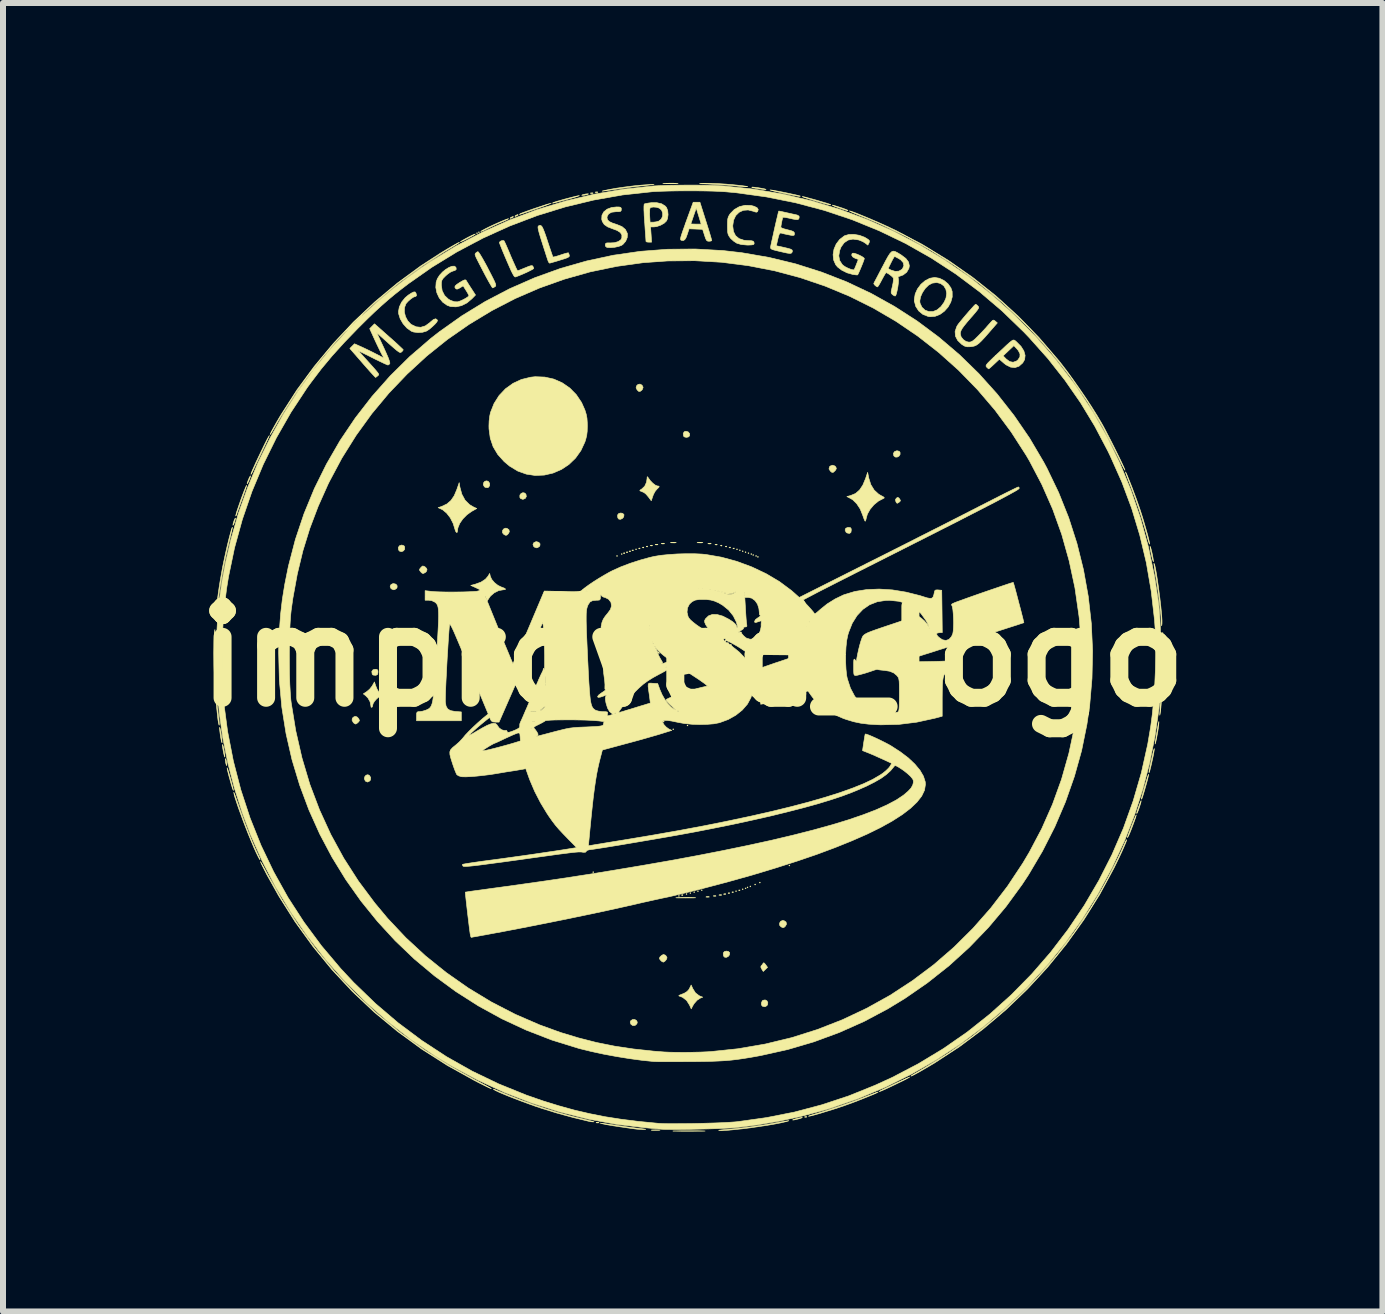
<source format=kicad_pcb>
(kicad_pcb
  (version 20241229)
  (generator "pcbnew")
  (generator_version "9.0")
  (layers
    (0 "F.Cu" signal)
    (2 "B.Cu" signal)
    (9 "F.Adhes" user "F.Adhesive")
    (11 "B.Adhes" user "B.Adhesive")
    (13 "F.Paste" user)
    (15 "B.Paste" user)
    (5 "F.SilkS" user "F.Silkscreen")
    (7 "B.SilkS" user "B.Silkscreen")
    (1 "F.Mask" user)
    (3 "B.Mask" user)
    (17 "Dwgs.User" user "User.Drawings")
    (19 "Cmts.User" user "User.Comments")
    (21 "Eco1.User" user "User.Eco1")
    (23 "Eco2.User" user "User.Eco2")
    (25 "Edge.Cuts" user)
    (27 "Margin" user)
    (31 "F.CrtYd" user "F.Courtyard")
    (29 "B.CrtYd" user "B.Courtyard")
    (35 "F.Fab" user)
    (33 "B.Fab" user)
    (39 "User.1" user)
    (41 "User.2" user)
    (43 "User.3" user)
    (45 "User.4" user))
  (footprint "improved_logo"
    (layer "F.Cu")
    (at 8.498 7.893)
    (property "Reference" "improved_logo" (at 0 0 0) (layer "F.SilkS") (effects (font (size 1.524 1.524) (thickness 0.3))))
    (attr through_hole)
    (fp_poly (pts (xy -3.588 -7.056) (xy -3.596 -7.048) (xy -3.604 -7.056) (xy -3.596 -7.064) (xy -3.588 -7.056)) (stroke (width 0.01) (type solid)) (fill yes) (layer "F.SilkS"))
    (fp_poly (pts (xy -3.556 -7.072) (xy -3.564 -7.064) (xy -3.572 -7.072) (xy -3.564 -7.08) (xy -3.556 -7.072)) (stroke (width 0.01) (type solid)) (fill yes) (layer "F.SilkS"))
    (fp_poly (pts (xy -1.651 3.596) (xy -1.659 3.604) (xy -1.667 3.596) (xy -1.659 3.588) (xy -1.651 3.596)) (stroke (width 0.01) (type solid)) (fill yes) (layer "F.SilkS"))
    (fp_poly (pts (xy -1.254 -1.675) (xy -1.262 -1.667) (xy -1.27 -1.675) (xy -1.262 -1.683) (xy -1.254 -1.675)) (stroke (width 0.01) (type solid)) (fill yes) (layer "F.SilkS"))
    (fp_poly (pts (xy -1.175 -1.707) (xy -1.183 -1.699) (xy -1.191 -1.707) (xy -1.183 -1.714) (xy -1.175 -1.707)) (stroke (width 0.01) (type solid)) (fill yes) (layer "F.SilkS"))
    (fp_poly (pts (xy -0.937 -1.786) (xy -0.945 -1.778) (xy -0.953 -1.786) (xy -0.945 -1.794) (xy -0.937 -1.786)) (stroke (width 0.01) (type solid)) (fill yes) (layer "F.SilkS"))
    (fp_poly (pts (xy -0.476 1.087) (xy -0.484 1.095) (xy -0.492 1.087) (xy -0.484 1.079) (xy -0.476 1.087)) (stroke (width 0.01) (type solid)) (fill yes) (layer "F.SilkS"))
    (fp_poly (pts (xy -0.318 1.214) (xy -0.325 1.222) (xy -0.333 1.214) (xy -0.325 1.206) (xy -0.318 1.214)) (stroke (width 0.01) (type solid)) (fill yes) (layer "F.SilkS"))
    (fp_poly (pts (xy -0.222 3.993) (xy -0.23 4) (xy -0.238 3.993) (xy -0.23 3.985) (xy -0.222 3.993)) (stroke (width 0.01) (type solid)) (fill yes) (layer "F.SilkS"))
    (fp_poly (pts (xy -0.095 3.961) (xy -0.103 3.969) (xy -0.111 3.961) (xy -0.103 3.953) (xy -0.095 3.961)) (stroke (width 0.01) (type solid)) (fill yes) (layer "F.SilkS"))
    (fp_poly (pts (xy -0.079 1.151) (xy -0.087 1.159) (xy -0.095 1.151) (xy -0.087 1.143) (xy -0.079 1.151)) (stroke (width 0.01) (type solid)) (fill yes) (layer "F.SilkS"))
    (fp_poly (pts (xy -0.032 3.945) (xy -0.04 3.953) (xy -0.048 3.945) (xy -0.04 3.937) (xy -0.032 3.945)) (stroke (width 0.01) (type solid)) (fill yes) (layer "F.SilkS"))
    (fp_poly (pts (xy 0.032 3.929) (xy 0.024 3.937) (xy 0.016 3.929) (xy 0.024 3.921) (xy 0.032 3.929)) (stroke (width 0.01) (type solid)) (fill yes) (layer "F.SilkS"))
    (fp_poly (pts (xy 0.095 3.913) (xy 0.087 3.921) (xy 0.079 3.913) (xy 0.087 3.905) (xy 0.095 3.913)) (stroke (width 0.01) (type solid)) (fill yes) (layer "F.SilkS"))
    (fp_poly (pts (xy 0.159 3.897) (xy 0.151 3.905) (xy 0.143 3.897) (xy 0.151 3.889) (xy 0.159 3.897)) (stroke (width 0.01) (type solid)) (fill yes) (layer "F.SilkS"))
    (fp_poly (pts (xy 0.365 -0.373) (xy 0.357 -0.365) (xy 0.349 -0.373) (xy 0.357 -0.381) (xy 0.365 -0.373)) (stroke (width 0.01) (type solid)) (fill yes) (layer "F.SilkS"))
    (fp_poly (pts (xy 0.73 3.913) (xy 0.722 3.921) (xy 0.714 3.913) (xy 0.722 3.905) (xy 0.73 3.913)) (stroke (width 0.01) (type solid)) (fill yes) (layer "F.SilkS"))
    (fp_poly (pts (xy 0.746 -1.786) (xy 0.738 -1.778) (xy 0.73 -1.786) (xy 0.738 -1.794) (xy 0.746 -1.786)) (stroke (width 0.01) (type solid)) (fill yes) (layer "F.SilkS"))
    (fp_poly (pts (xy 0.794 -1.77) (xy 0.786 -1.762) (xy 0.778 -1.77) (xy 0.786 -1.778) (xy 0.794 -1.77)) (stroke (width 0.01) (type solid)) (fill yes) (layer "F.SilkS"))
    (fp_poly (pts (xy 0.841 -1.754) (xy 0.833 -1.746) (xy 0.826 -1.754) (xy 0.833 -1.762) (xy 0.841 -1.754)) (stroke (width 0.01) (type solid)) (fill yes) (layer "F.SilkS"))
    (fp_poly (pts (xy 0.841 3.881) (xy 0.833 3.889) (xy 0.826 3.881) (xy 0.833 3.873) (xy 0.841 3.881)) (stroke (width 0.01) (type solid)) (fill yes) (layer "F.SilkS"))
    (fp_poly (pts (xy 0.889 -1.738) (xy 0.881 -1.73) (xy 0.873 -1.738) (xy 0.881 -1.746) (xy 0.889 -1.738)) (stroke (width 0.01) (type solid)) (fill yes) (layer "F.SilkS"))
    (fp_poly (pts (xy 0.889 3.866) (xy 0.881 3.873) (xy 0.873 3.866) (xy 0.881 3.858) (xy 0.889 3.866)) (stroke (width 0.01) (type solid)) (fill yes) (layer "F.SilkS"))
    (fp_poly (pts (xy 0.921 3.85) (xy 0.913 3.858) (xy 0.905 3.85) (xy 0.913 3.842) (xy 0.921 3.85)) (stroke (width 0.01) (type solid)) (fill yes) (layer "F.SilkS"))
    (fp_poly (pts (xy 0.937 -1.722) (xy 0.929 -1.714) (xy 0.921 -1.722) (xy 0.929 -1.73) (xy 0.937 -1.722)) (stroke (width 0.01) (type solid)) (fill yes) (layer "F.SilkS"))
    (fp_poly (pts (xy 0.968 3.834) (xy 0.96 3.842) (xy 0.953 3.834) (xy 0.96 3.826) (xy 0.968 3.834)) (stroke (width 0.01) (type solid)) (fill yes) (layer "F.SilkS"))
    (fp_poly (pts (xy 0.984 -1.707) (xy 0.976 -1.699) (xy 0.968 -1.707) (xy 0.976 -1.714) (xy 0.984 -1.707)) (stroke (width 0.01) (type solid)) (fill yes) (layer "F.SilkS"))
    (fp_poly (pts (xy 1.016 -1.691) (xy 1.008 -1.683) (xy 1 -1.691) (xy 1.008 -1.699) (xy 1.016 -1.691)) (stroke (width 0.01) (type solid)) (fill yes) (layer "F.SilkS"))
    (fp_poly (pts (xy 1.048 3.802) (xy 1.04 3.81) (xy 1.032 3.802) (xy 1.04 3.794) (xy 1.048 3.802)) (stroke (width 0.01) (type solid)) (fill yes) (layer "F.SilkS"))
    (fp_poly (pts (xy 1.064 -1.675) (xy 1.056 -1.667) (xy 1.048 -1.675) (xy 1.056 -1.683) (xy 1.064 -1.675)) (stroke (width 0.01) (type solid)) (fill yes) (layer "F.SilkS"))
    (fp_poly (pts (xy 1.095 -1.659) (xy 1.087 -1.651) (xy 1.079 -1.659) (xy 1.087 -1.667) (xy 1.095 -1.659)) (stroke (width 0.01) (type solid)) (fill yes) (layer "F.SilkS"))
    (fp_poly (pts (xy 1.127 3.77) (xy 1.119 3.778) (xy 1.111 3.77) (xy 1.119 3.762) (xy 1.127 3.77)) (stroke (width 0.01) (type solid)) (fill yes) (layer "F.SilkS"))
    (fp_poly (pts (xy 1.619 3.485) (xy 1.611 3.493) (xy 1.603 3.485) (xy 1.611 3.477) (xy 1.619 3.485)) (stroke (width 0.01) (type solid)) (fill yes) (layer "F.SilkS"))
    (fp_poly (pts (xy -1.663 -7.726) (xy -1.661 -7.72) (xy -1.683 -7.718) (xy -1.705 -7.72) (xy -1.703 -7.726) (xy -1.67 -7.728) (xy -1.663 -7.726)) (stroke (width 0.01) (type solid)) (fill yes) (layer "F.SilkS"))
    (fp_poly (pts (xy -1.584 -7.742) (xy -1.582 -7.736) (xy -1.603 -7.734) (xy -1.626 -7.736) (xy -1.623 -7.742) (xy -1.591 -7.744) (xy -1.584 -7.742)) (stroke (width 0.01) (type solid)) (fill yes) (layer "F.SilkS"))
    (fp_poly (pts (xy -1.568 7.768) (xy -1.566 7.774) (xy -1.587 7.776) (xy -1.61 7.774) (xy -1.607 7.768) (xy -1.575 7.766) (xy -1.568 7.768)) (stroke (width 0.01) (type solid)) (fill yes) (layer "F.SilkS"))
    (fp_poly (pts (xy -1.132 -1.725) (xy -1.135 -1.716) (xy -1.143 -1.714) (xy -1.156 -1.72) (xy -1.154 -1.725) (xy -1.135 -1.727) (xy -1.132 -1.725)) (stroke (width 0.01) (type solid)) (fill yes) (layer "F.SilkS"))
    (fp_poly (pts (xy -1.085 -1.741) (xy -1.087 -1.732) (xy -1.095 -1.73) (xy -1.108 -1.736) (xy -1.106 -1.741) (xy -1.087 -1.743) (xy -1.085 -1.741)) (stroke (width 0.01) (type solid)) (fill yes) (layer "F.SilkS"))
    (fp_poly (pts (xy -1.037 -1.757) (xy -1.039 -1.747) (xy -1.048 -1.746) (xy -1.061 -1.752) (xy -1.058 -1.757) (xy -1.039 -1.759) (xy -1.037 -1.757)) (stroke (width 0.01) (type solid)) (fill yes) (layer "F.SilkS"))
    (fp_poly (pts (xy -0.99 -1.773) (xy -0.992 -1.763) (xy -1 -1.762) (xy -1.013 -1.768) (xy -1.011 -1.773) (xy -0.992 -1.775) (xy -0.99 -1.773)) (stroke (width 0.01) (type solid)) (fill yes) (layer "F.SilkS"))
    (fp_poly (pts (xy -0.878 -1.804) (xy -0.881 -1.795) (xy -0.889 -1.794) (xy -0.902 -1.8) (xy -0.9 -1.804) (xy -0.881 -1.806) (xy -0.878 -1.804)) (stroke (width 0.01) (type solid)) (fill yes) (layer "F.SilkS"))
    (fp_poly (pts (xy -0.815 -1.82) (xy -0.817 -1.811) (xy -0.826 -1.81) (xy -0.839 -1.816) (xy -0.836 -1.82) (xy -0.817 -1.822) (xy -0.815 -1.82)) (stroke (width 0.01) (type solid)) (fill yes) (layer "F.SilkS"))
    (fp_poly (pts (xy -0.751 -1.836) (xy -0.754 -1.827) (xy -0.762 -1.826) (xy -0.775 -1.831) (xy -0.773 -1.836) (xy -0.754 -1.838) (xy -0.751 -1.836)) (stroke (width 0.01) (type solid)) (fill yes) (layer "F.SilkS"))
    (fp_poly (pts (xy -0.671 -1.851) (xy -0.676 -1.844) (xy -0.692 -1.843) (xy -0.709 -1.847) (xy -0.701 -1.852) (xy -0.677 -1.854) (xy -0.671 -1.851)) (stroke (width 0.01) (type solid)) (fill yes) (layer "F.SilkS"))
    (fp_poly (pts (xy -0.583 -1.868) (xy -0.581 -1.862) (xy -0.603 -1.86) (xy -0.626 -1.862) (xy -0.623 -1.868) (xy -0.591 -1.87) (xy -0.583 -1.868)) (stroke (width 0.01) (type solid)) (fill yes) (layer "F.SilkS"))
    (fp_poly (pts (xy -0.164 3.974) (xy -0.166 3.983) (xy -0.175 3.985) (xy -0.188 3.979) (xy -0.185 3.974) (xy -0.166 3.972) (xy -0.164 3.974)) (stroke (width 0.01) (type solid)) (fill yes) (layer "F.SilkS"))
    (fp_poly (pts (xy 0.385 3.99) (xy 0.387 3.996) (xy 0.365 3.998) (xy 0.343 3.995) (xy 0.345 3.99) (xy 0.378 3.988) (xy 0.385 3.99)) (stroke (width 0.01) (type solid)) (fill yes) (layer "F.SilkS"))
    (fp_poly (pts (xy 0.408 -1.867) (xy 0.404 -1.86) (xy 0.388 -1.859) (xy 0.371 -1.863) (xy 0.378 -1.868) (xy 0.403 -1.87) (xy 0.408 -1.867)) (stroke (width 0.01) (type solid)) (fill yes) (layer "F.SilkS"))
    (fp_poly (pts (xy 0.48 3.974) (xy 0.482 3.98) (xy 0.46 3.982) (xy 0.438 3.98) (xy 0.441 3.974) (xy 0.473 3.972) (xy 0.48 3.974)) (stroke (width 0.01) (type solid)) (fill yes) (layer "F.SilkS"))
    (fp_poly (pts (xy 0.487 -1.852) (xy 0.485 -1.843) (xy 0.476 -1.841) (xy 0.463 -1.847) (xy 0.466 -1.852) (xy 0.485 -1.854) (xy 0.487 -1.852)) (stroke (width 0.01) (type solid)) (fill yes) (layer "F.SilkS"))
    (fp_poly (pts (xy 0.551 3.959) (xy 0.547 3.966) (xy 0.53 3.967) (xy 0.514 3.964) (xy 0.521 3.958) (xy 0.546 3.956) (xy 0.551 3.959)) (stroke (width 0.01) (type solid)) (fill yes) (layer "F.SilkS"))
    (fp_poly (pts (xy 0.566 -1.836) (xy 0.564 -1.827) (xy 0.556 -1.826) (xy 0.543 -1.831) (xy 0.545 -1.836) (xy 0.564 -1.838) (xy 0.566 -1.836)) (stroke (width 0.01) (type solid)) (fill yes) (layer "F.SilkS"))
    (fp_poly (pts (xy 0.614 3.942) (xy 0.612 3.952) (xy 0.603 3.953) (xy 0.59 3.947) (xy 0.593 3.942) (xy 0.612 3.94) (xy 0.614 3.942)) (stroke (width 0.01) (type solid)) (fill yes) (layer "F.SilkS"))
    (fp_poly (pts (xy 0.63 -1.82) (xy 0.628 -1.811) (xy 0.619 -1.81) (xy 0.606 -1.816) (xy 0.609 -1.82) (xy 0.627 -1.822) (xy 0.63 -1.82)) (stroke (width 0.01) (type solid)) (fill yes) (layer "F.SilkS"))
    (fp_poly (pts (xy 0.677 3.926) (xy 0.675 3.936) (xy 0.667 3.937) (xy 0.654 3.931) (xy 0.656 3.926) (xy 0.675 3.925) (xy 0.677 3.926)) (stroke (width 0.01) (type solid)) (fill yes) (layer "F.SilkS"))
    (fp_poly (pts (xy 0.693 -1.804) (xy 0.691 -1.795) (xy 0.683 -1.794) (xy 0.67 -1.8) (xy 0.672 -1.804) (xy 0.691 -1.806) (xy 0.693 -1.804)) (stroke (width 0.01) (type solid)) (fill yes) (layer "F.SilkS"))
    (fp_poly (pts (xy 0.788 3.895) (xy 0.786 3.904) (xy 0.778 3.905) (xy 0.765 3.899) (xy 0.767 3.895) (xy 0.786 3.893) (xy 0.788 3.895)) (stroke (width 0.01) (type solid)) (fill yes) (layer "F.SilkS"))
    (fp_poly (pts (xy 1.901 7.674) (xy 1.896 7.681) (xy 1.88 7.682) (xy 1.863 7.678) (xy 1.87 7.673) (xy 1.895 7.671) (xy 1.901 7.674)) (stroke (width 0.01) (type solid)) (fill yes) (layer "F.SilkS"))
    (fp_poly (pts (xy -0.574 -0.073) (xy -0.557 -0.058) (xy -0.556 -0.055) (xy -0.563 -0.048) (xy -0.579 -0.063) (xy -0.581 -0.066) (xy -0.583 -0.077) (xy -0.574 -0.073)) (stroke (width 0.01) (type solid)) (fill yes) (layer "F.SilkS"))
    (fp_poly (pts (xy -2.99 -7.327) (xy -3 -7.318) (xy -3.029 -7.305) (xy -3.04 -7.303) (xy -3.043 -7.31) (xy -3.032 -7.318) (xy -3.003 -7.332) (xy -2.992 -7.334) (xy -2.99 -7.327)) (stroke (width 0.01) (type solid)) (fill yes) (layer "F.SilkS"))
    (fp_poly (pts (xy -2.91 -7.359) (xy -2.921 -7.35) (xy -2.95 -7.337) (xy -2.961 -7.335) (xy -2.964 -7.341) (xy -2.953 -7.35) (xy -2.924 -7.364) (xy -2.913 -7.366) (xy -2.91 -7.359)) (stroke (width 0.01) (type solid)) (fill yes) (layer "F.SilkS"))
    (fp_poly (pts (xy -0.472 -1.884) (xy -0.471 -1.878) (xy -0.496 -1.876) (xy -0.5 -1.876) (xy -0.525 -1.879) (xy -0.522 -1.883) (xy -0.52 -1.884) (xy -0.485 -1.887) (xy -0.472 -1.884)) (stroke (width 0.01) (type solid)) (fill yes) (layer "F.SilkS"))
    (fp_poly (pts (xy -0.282 -1.9) (xy -0.275 -1.897) (xy -0.296 -1.894) (xy -0.325 -1.894) (xy -0.361 -1.895) (xy -0.372 -1.898) (xy -0.361 -1.901) (xy -0.314 -1.903) (xy -0.282 -1.9)) (stroke (width 0.01) (type solid)) (fill yes) (layer "F.SilkS"))
    (fp_poly (pts (xy 0.163 -1.9) (xy 0.169 -1.897) (xy 0.149 -1.894) (xy 0.119 -1.894) (xy 0.083 -1.895) (xy 0.073 -1.898) (xy 0.084 -1.901) (xy 0.131 -1.903) (xy 0.163 -1.9)) (stroke (width 0.01) (type solid)) (fill yes) (layer "F.SilkS"))
    (fp_poly (pts (xy 0.274 4.006) (xy 0.275 4.011) (xy 0.25 4.013) (xy 0.246 4.013) (xy 0.221 4.011) (xy 0.224 4.006) (xy 0.227 4.005) (xy 0.261 4.003) (xy 0.274 4.006)) (stroke (width 0.01) (type solid)) (fill yes) (layer "F.SilkS"))
    (fp_poly (pts (xy 0.306 -1.884) (xy 0.306 -1.878) (xy 0.282 -1.876) (xy 0.278 -1.876) (xy 0.253 -1.879) (xy 0.256 -1.883) (xy 0.258 -1.884) (xy 0.293 -1.887) (xy 0.306 -1.884)) (stroke (width 0.01) (type solid)) (fill yes) (layer "F.SilkS"))
    (fp_poly (pts (xy -7.942 -0.703) (xy -7.942 -0.702) (xy -7.939 -0.65) (xy -7.942 -0.607) (xy -7.945 -0.598) (xy -7.948 -0.617) (xy -7.948 -0.659) (xy -7.948 -0.7) (xy -7.945 -0.715) (xy -7.942 -0.703)) (stroke (width 0.01) (type solid)) (fill yes) (layer "F.SilkS"))
    (fp_poly (pts (xy -1.737 -7.71) (xy -1.749 -7.704) (xy -1.762 -7.699) (xy -1.806 -7.689) (xy -1.834 -7.687) (xy -1.851 -7.688) (xy -1.839 -7.695) (xy -1.826 -7.699) (xy -1.782 -7.709) (xy -1.754 -7.712) (xy -1.737 -7.71)) (stroke (width 0.01) (type solid)) (fill yes) (layer "F.SilkS"))
    (fp_poly (pts (xy -0.56 7.894) (xy -0.546 7.897) (xy -0.56 7.899) (xy -0.6 7.9) (xy -0.619 7.9) (xy -0.667 7.9) (xy -0.691 7.898) (xy -0.687 7.895) (xy -0.679 7.894) (xy -0.619 7.892) (xy -0.56 7.894)) (stroke (width 0.01) (type solid)) (fill yes) (layer "F.SilkS"))
    (fp_poly (pts (xy -0.074 -3.742) (xy -0.051 -3.712) (xy -0.053 -3.677) (xy -0.074 -3.658) (xy -0.108 -3.652) (xy -0.14 -3.66) (xy -0.153 -3.674) (xy -0.158 -3.717) (xy -0.141 -3.746) (xy -0.113 -3.754) (xy -0.074 -3.742)) (stroke (width 0.01) (type solid)) (fill yes) (layer "F.SilkS"))
    (fp_poly (pts (xy -5.391 1.983) (xy -5.368 2.019) (xy -5.372 2.059) (xy -5.385 2.076) (xy -5.419 2.094) (xy -5.452 2.081) (xy -5.46 2.072) (xy -5.474 2.038) (xy -5.467 2.005) (xy -5.446 1.98) (xy -5.416 1.972) (xy -5.391 1.983)) (stroke (width 0.01) (type solid)) (fill yes) (layer "F.SilkS"))
    (fp_poly (pts (xy -5.261 0.218) (xy -5.248 0.237) (xy -5.247 0.262) (xy -5.252 0.297) (xy -5.272 0.311) (xy -5.29 0.315) (xy -5.329 0.31) (xy -5.343 0.296) (xy -5.35 0.251) (xy -5.33 0.223) (xy -5.294 0.214) (xy -5.261 0.218)) (stroke (width 0.01) (type solid)) (fill yes) (layer "F.SilkS"))
    (fp_poly (pts (xy -4.814 -1.845) (xy -4.802 -1.825) (xy -4.802 -1.787) (xy -4.822 -1.76) (xy -4.853 -1.747) (xy -4.885 -1.754) (xy -4.903 -1.774) (xy -4.909 -1.813) (xy -4.89 -1.844) (xy -4.852 -1.857) (xy -4.85 -1.857) (xy -4.814 -1.845)) (stroke (width 0.01) (type solid)) (fill yes) (layer "F.SilkS"))
    (fp_poly (pts (xy -3.406 -2.916) (xy -3.386 -2.886) (xy -3.385 -2.85) (xy -3.402 -2.822) (xy -3.421 -2.813) (xy -3.457 -2.818) (xy -3.473 -2.828) (xy -3.491 -2.862) (xy -3.486 -2.895) (xy -3.465 -2.92) (xy -3.433 -2.927) (xy -3.406 -2.916)) (stroke (width 0.01) (type solid)) (fill yes) (layer "F.SilkS"))
    (fp_poly (pts (xy -3.098 -2.136) (xy -3.064 -2.112) (xy -3.057 -2.078) (xy -3.074 -2.046) (xy -3.099 -2.022) (xy -3.121 -2.02) (xy -3.147 -2.033) (xy -3.171 -2.061) (xy -3.172 -2.094) (xy -3.155 -2.123) (xy -3.124 -2.138) (xy -3.098 -2.136)) (stroke (width 0.01) (type solid)) (fill yes) (layer "F.SilkS"))
    (fp_poly (pts (xy -2.799 -2.723) (xy -2.78 -2.703) (xy -2.774 -2.665) (xy -2.792 -2.634) (xy -2.829 -2.619) (xy -2.833 -2.619) (xy -2.869 -2.632) (xy -2.882 -2.652) (xy -2.881 -2.69) (xy -2.861 -2.717) (xy -2.83 -2.73) (xy -2.799 -2.723)) (stroke (width 0.01) (type solid)) (fill yes) (layer "F.SilkS"))
    (fp_poly (pts (xy -0.966 6.053) (xy -0.938 6.069) (xy -0.924 6.096) (xy -0.931 6.125) (xy -0.962 6.152) (xy -0.999 6.154) (xy -1.029 6.133) (xy -1.032 6.128) (xy -1.042 6.094) (xy -1.031 6.071) (xy -1 6.052) (xy -0.966 6.053)) (stroke (width 0.01) (type solid)) (fill yes) (layer "F.SilkS"))
    (fp_poly (pts (xy 1.195 5.113) (xy 1.216 5.139) (xy 1.247 5.183) (xy 1.212 5.217) (xy 1.176 5.252) (xy 1.15 5.211) (xy 1.135 5.179) (xy 1.139 5.161) (xy 1.158 5.14) (xy 1.169 5.123) (xy 1.181 5.107) (xy 1.195 5.113)) (stroke (width 0.01) (type solid)) (fill yes) (layer "F.SilkS"))
    (fp_poly (pts (xy 1.522 4.405) (xy 1.556 4.428) (xy 1.563 4.463) (xy 1.546 4.495) (xy 1.52 4.519) (xy 1.498 4.52) (xy 1.472 4.507) (xy 1.448 4.48) (xy 1.448 4.446) (xy 1.465 4.417) (xy 1.496 4.402) (xy 1.522 4.405)) (stroke (width 0.01) (type solid)) (fill yes) (layer "F.SilkS"))
    (fp_poly (pts (xy 3.441 -3.42) (xy 3.456 -3.403) (xy 3.457 -3.368) (xy 3.438 -3.339) (xy 3.408 -3.323) (xy 3.376 -3.324) (xy 3.352 -3.345) (xy 3.345 -3.384) (xy 3.365 -3.415) (xy 3.403 -3.429) (xy 3.406 -3.429) (xy 3.441 -3.42)) (stroke (width 0.01) (type solid)) (fill yes) (layer "F.SilkS"))
    (fp_poly (pts (xy -7.783 1.713) (xy -7.774 1.744) (xy -7.772 1.755) (xy -7.766 1.795) (xy -7.767 1.818) (xy -7.768 1.82) (xy -7.775 1.811) (xy -7.784 1.78) (xy -7.786 1.769) (xy -7.791 1.73) (xy -7.791 1.706) (xy -7.79 1.704) (xy -7.783 1.713)) (stroke (width 0.01) (type solid)) (fill yes) (layer "F.SilkS"))
    (fp_poly (pts (xy -7.622 -2.302) (xy -7.628 -2.272) (xy -7.641 -2.229) (xy -7.644 -2.223) (xy -7.657 -2.193) (xy -7.665 -2.187) (xy -7.665 -2.191) (xy -7.66 -2.221) (xy -7.646 -2.263) (xy -7.644 -2.27) (xy -7.63 -2.3) (xy -7.623 -2.306) (xy -7.622 -2.302)) (stroke (width 0.01) (type solid)) (fill yes) (layer "F.SilkS"))
    (fp_poly (pts (xy -7.372 -3.011) (xy -7.374 -2.994) (xy -7.386 -2.959) (xy -7.396 -2.935) (xy -7.414 -2.897) (xy -7.426 -2.877) (xy -7.428 -2.877) (xy -7.424 -2.898) (xy -7.412 -2.933) (xy -7.396 -2.971) (xy -7.381 -3) (xy -7.372 -3.012) (xy -7.372 -3.011)) (stroke (width 0.01) (type solid)) (fill yes) (layer "F.SilkS"))
    (fp_poly (pts (xy -4.947 -1.204) (xy -4.927 -1.177) (xy -4.93 -1.145) (xy -4.936 -1.136) (xy -4.966 -1.115) (xy -4.985 -1.111) (xy -5.018 -1.123) (xy -5.033 -1.136) (xy -5.044 -1.169) (xy -5.03 -1.198) (xy -4.997 -1.214) (xy -4.985 -1.214) (xy -4.947 -1.204)) (stroke (width 0.01) (type solid)) (fill yes) (layer "F.SilkS"))
    (fp_poly (pts (xy -2.566 -1.902) (xy -2.545 -1.876) (xy -2.549 -1.843) (xy -2.555 -1.835) (xy -2.585 -1.814) (xy -2.603 -1.81) (xy -2.636 -1.821) (xy -2.652 -1.835) (xy -2.663 -1.867) (xy -2.649 -1.896) (xy -2.615 -1.912) (xy -2.603 -1.913) (xy -2.566 -1.902)) (stroke (width 0.01) (type solid)) (fill yes) (layer "F.SilkS"))
    (fp_poly (pts (xy -1.168 -2.385) (xy -1.147 -2.365) (xy -1.146 -2.361) (xy -1.151 -2.326) (xy -1.173 -2.3) (xy -1.203 -2.286) (xy -1.232 -2.289) (xy -1.248 -2.309) (xy -1.253 -2.344) (xy -1.251 -2.36) (xy -1.234 -2.382) (xy -1.201 -2.391) (xy -1.168 -2.385)) (stroke (width 0.01) (type solid)) (fill yes) (layer "F.SilkS"))
    (fp_poly (pts (xy -0.845 -4.522) (xy -0.845 -4.521) (xy -0.827 -4.487) (xy -0.84 -4.45) (xy -0.85 -4.438) (xy -0.879 -4.417) (xy -0.903 -4.42) (xy -0.927 -4.444) (xy -0.944 -4.479) (xy -0.936 -4.511) (xy -0.912 -4.534) (xy -0.879 -4.54) (xy -0.845 -4.522)) (stroke (width 0.01) (type solid)) (fill yes) (layer "F.SilkS"))
    (fp_poly (pts (xy 0.594 4.918) (xy 0.615 4.937) (xy 0.616 4.942) (xy 0.612 4.976) (xy 0.59 5.003) (xy 0.559 5.017) (xy 0.531 5.013) (xy 0.514 4.994) (xy 0.509 4.958) (xy 0.511 4.942) (xy 0.528 4.92) (xy 0.561 4.912) (xy 0.594 4.918)) (stroke (width 0.01) (type solid)) (fill yes) (layer "F.SilkS"))
    (fp_poly (pts (xy 1.237 5.741) (xy 1.252 5.771) (xy 1.247 5.806) (xy 1.235 5.823) (xy 1.204 5.84) (xy 1.164 5.832) (xy 1.163 5.831) (xy 1.146 5.81) (xy 1.145 5.777) (xy 1.158 5.745) (xy 1.17 5.733) (xy 1.207 5.726) (xy 1.237 5.741)) (stroke (width 0.01) (type solid)) (fill yes) (layer "F.SilkS"))
    (fp_poly (pts (xy 1.826 7.689) (xy 1.801 7.699) (xy 1.77 7.708) (xy 1.72 7.721) (xy 1.68 7.728) (xy 1.667 7.729) (xy 1.667 7.725) (xy 1.692 7.715) (xy 1.722 7.706) (xy 1.773 7.694) (xy 1.812 7.686) (xy 1.826 7.685) (xy 1.826 7.689)) (stroke (width 0.01) (type solid)) (fill yes) (layer "F.SilkS"))
    (fp_poly (pts (xy 2.369 -3.175) (xy 2.387 -3.156) (xy 2.394 -3.129) (xy 2.376 -3.099) (xy 2.374 -3.097) (xy 2.345 -3.07) (xy 2.321 -3.068) (xy 2.295 -3.089) (xy 2.272 -3.126) (xy 2.28 -3.161) (xy 2.293 -3.174) (xy 2.331 -3.188) (xy 2.369 -3.175)) (stroke (width 0.01) (type solid)) (fill yes) (layer "F.SilkS"))
    (fp_poly (pts (xy 2.629 -2.147) (xy 2.642 -2.128) (xy 2.643 -2.103) (xy 2.637 -2.067) (xy 2.616 -2.052) (xy 2.61 -2.051) (xy 2.574 -2.058) (xy 2.557 -2.07) (xy 2.54 -2.107) (xy 2.552 -2.137) (xy 2.588 -2.151) (xy 2.596 -2.151) (xy 2.629 -2.147)) (stroke (width 0.01) (type solid)) (fill yes) (layer "F.SilkS"))
    (fp_poly (pts (xy 3.437 -2.641) (xy 3.447 -2.628) (xy 3.463 -2.602) (xy 3.456 -2.584) (xy 3.438 -2.569) (xy 3.412 -2.553) (xy 3.398 -2.56) (xy 3.387 -2.58) (xy 3.379 -2.612) (xy 3.394 -2.637) (xy 3.396 -2.639) (xy 3.418 -2.652) (xy 3.437 -2.641)) (stroke (width 0.01) (type solid)) (fill yes) (layer "F.SilkS"))
    (fp_poly (pts (xy -5.59 1.013) (xy -5.566 1.042) (xy -5.556 1.069) (xy -5.567 1.088) (xy -5.591 1.111) (xy -5.615 1.126) (xy -5.62 1.127) (xy -5.641 1.117) (xy -5.658 1.102) (xy -5.679 1.064) (xy -5.674 1.029) (xy -5.645 1.005) (xy -5.617 1) (xy -5.59 1.013)) (stroke (width 0.01) (type solid)) (fill yes) (layer "F.SilkS"))
    (fp_poly (pts (xy -0.314 -7.888) (xy -0.265 -7.886) (xy -0.244 -7.884) (xy -0.251 -7.882) (xy -0.285 -7.881) (xy -0.343 -7.88) (xy -0.373 -7.88) (xy -0.439 -7.881) (xy -0.481 -7.882) (xy -0.498 -7.883) (xy -0.486 -7.885) (xy -0.472 -7.886) (xy -0.396 -7.888) (xy -0.314 -7.888)) (stroke (width 0.01) (type solid)) (fill yes) (layer "F.SilkS"))
    (fp_poly (pts (xy 7.837 -0.393) (xy 7.838 -0.377) (xy 7.84 -0.299) (xy 7.84 -0.213) (xy 7.838 -0.163) (xy 7.836 -0.139) (xy 7.835 -0.144) (xy 7.833 -0.177) (xy 7.833 -0.233) (xy 7.833 -0.27) (xy 7.833 -0.338) (xy 7.834 -0.382) (xy 7.835 -0.402) (xy 7.837 -0.393)) (stroke (width 0.01) (type solid)) (fill yes) (layer "F.SilkS"))
    (fp_poly (pts (xy 7.837 0.179) (xy 7.838 0.194) (xy 7.84 0.273) (xy 7.84 0.359) (xy 7.838 0.409) (xy 7.836 0.433) (xy 7.835 0.427) (xy 7.833 0.395) (xy 7.833 0.338) (xy 7.833 0.302) (xy 7.833 0.234) (xy 7.834 0.189) (xy 7.835 0.17) (xy 7.837 0.179)) (stroke (width 0.01) (type solid)) (fill yes) (layer "F.SilkS"))
    (fp_poly (pts (xy -7.833 1.478) (xy -7.823 1.513) (xy -7.813 1.564) (xy -7.812 1.566) (xy -7.804 1.62) (xy -7.799 1.66) (xy -7.8 1.677) (xy -7.806 1.667) (xy -7.815 1.632) (xy -7.826 1.581) (xy -7.826 1.58) (xy -7.835 1.526) (xy -7.84 1.486) (xy -7.839 1.468) (xy -7.833 1.478)) (stroke (width 0.01) (type solid)) (fill yes) (layer "F.SilkS"))
    (fp_poly (pts (xy -4.466 -1.496) (xy -4.439 -1.47) (xy -4.429 -1.445) (xy -4.442 -1.413) (xy -4.46 -1.398) (xy -4.49 -1.383) (xy -4.51 -1.387) (xy -4.531 -1.406) (xy -4.551 -1.432) (xy -4.556 -1.445) (xy -4.546 -1.465) (xy -4.524 -1.49) (xy -4.503 -1.507) (xy -4.498 -1.508) (xy -4.466 -1.496)) (stroke (width 0.01) (type solid)) (fill yes) (layer "F.SilkS"))
    (fp_poly (pts (xy 1.032 -7.821) (xy 1.09 -7.814) (xy 1.151 -7.803) (xy 1.198 -7.794) (xy 1.222 -7.786) (xy 1.219 -7.783) (xy 1.214 -7.783) (xy 1.174 -7.786) (xy 1.116 -7.793) (xy 1.056 -7.803) (xy 1.009 -7.812) (xy 0.985 -7.819) (xy 0.987 -7.823) (xy 0.992 -7.824) (xy 1.032 -7.821)) (stroke (width 0.01) (type solid)) (fill yes) (layer "F.SilkS"))
    (fp_poly (pts (xy 7.472 2.429) (xy 7.46 2.47) (xy 7.445 2.518) (xy 7.428 2.566) (xy 7.413 2.602) (xy 7.404 2.619) (xy 7.403 2.619) (xy 7.401 2.607) (xy 7.407 2.584) (xy 7.427 2.523) (xy 7.446 2.47) (xy 7.463 2.428) (xy 7.473 2.406) (xy 7.476 2.406) (xy 7.472 2.429)) (stroke (width 0.01) (type solid)) (fill yes) (layer "F.SilkS"))
    (fp_poly (pts (xy -7.881 1.193) (xy -7.873 1.229) (xy -7.863 1.282) (xy -7.86 1.303) (xy -7.852 1.364) (xy -7.847 1.41) (xy -7.846 1.436) (xy -7.847 1.439) (xy -7.853 1.428) (xy -7.861 1.392) (xy -7.871 1.339) (xy -7.874 1.318) (xy -7.882 1.258) (xy -7.887 1.211) (xy -7.888 1.185) (xy -7.887 1.182) (xy -7.881 1.193)) (stroke (width 0.01) (type solid)) (fill yes) (layer "F.SilkS"))
    (fp_poly (pts (xy -3.624 -7.042) (xy -3.634 -7.033) (xy -3.667 -7.013) (xy -3.717 -6.986) (xy -3.746 -6.97) (xy -3.802 -6.942) (xy -3.845 -6.922) (xy -3.87 -6.912) (xy -3.873 -6.912) (xy -3.861 -6.922) (xy -3.827 -6.942) (xy -3.781 -6.968) (xy -3.73 -6.995) (xy -3.681 -7.019) (xy -3.644 -7.036) (xy -3.625 -7.042) (xy -3.624 -7.042)) (stroke (width 0.01) (type solid)) (fill yes) (layer "F.SilkS"))
    (fp_poly (pts (xy -0.459 4.979) (xy -0.448 4.988) (xy -0.431 5.015) (xy -0.429 5.026) (xy -0.44 5.053) (xy -0.464 5.081) (xy -0.489 5.096) (xy -0.492 5.096) (xy -0.513 5.086) (xy -0.531 5.071) (xy -0.551 5.045) (xy -0.556 5.032) (xy -0.544 5.008) (xy -0.517 4.983) (xy -0.489 4.969) (xy -0.486 4.969) (xy -0.459 4.979)) (stroke (width 0.01) (type solid)) (fill yes) (layer "F.SilkS"))
    (fp_poly (pts (xy 0.016 4.02) (xy 0.021 4.02) (xy 0.048 4.022) (xy 0.045 4.024) (xy 0.016 4.025) (xy -0.038 4.025) (xy -0.115 4.026) (xy -0.119 4.026) (xy -0.196 4.025) (xy -0.25 4.025) (xy -0.279 4.024) (xy -0.28 4.022) (xy -0.252 4.021) (xy -0.249 4.02) (xy -0.163 4.019) (xy -0.069 4.018) (xy 0.016 4.02)) (stroke (width 0.01) (type solid)) (fill yes) (layer "F.SilkS"))
    (fp_poly (pts (xy 2.349 -7.519) (xy 2.391 -7.507) (xy 2.445 -7.49) (xy 2.5 -7.472) (xy 2.548 -7.454) (xy 2.579 -7.441) (xy 2.585 -7.438) (xy 2.587 -7.431) (xy 2.568 -7.434) (xy 2.527 -7.446) (xy 2.46 -7.469) (xy 2.437 -7.477) (xy 2.382 -7.497) (xy 2.343 -7.513) (xy 2.326 -7.522) (xy 2.327 -7.524) (xy 2.349 -7.519)) (stroke (width 0.01) (type solid)) (fill yes) (layer "F.SilkS"))
    (fp_poly (pts (xy 7.631 -1.824) (xy 7.641 -1.789) (xy 7.654 -1.736) (xy 7.659 -1.714) (xy 7.671 -1.654) (xy 7.678 -1.607) (xy 7.681 -1.581) (xy 7.68 -1.579) (xy 7.674 -1.59) (xy 7.663 -1.625) (xy 7.65 -1.678) (xy 7.645 -1.7) (xy 7.633 -1.76) (xy 7.626 -1.807) (xy 7.624 -1.833) (xy 7.624 -1.835) (xy 7.631 -1.824)) (stroke (width 0.01) (type solid)) (fill yes) (layer "F.SilkS"))
    (fp_poly (pts (xy 7.771 1.108) (xy 7.769 1.127) (xy 7.762 1.193) (xy 7.749 1.274) (xy 7.734 1.355) (xy 7.731 1.373) (xy 7.719 1.426) (xy 7.711 1.456) (xy 7.708 1.46) (xy 7.709 1.445) (xy 7.716 1.399) (xy 7.726 1.332) (xy 7.739 1.254) (xy 7.748 1.199) (xy 7.76 1.13) (xy 7.768 1.093) (xy 7.771 1.086) (xy 7.771 1.108)) (stroke (width 0.01) (type solid)) (fill yes) (layer "F.SilkS"))
    (fp_poly (pts (xy -7.758 1.863) (xy -7.747 1.894) (xy -7.731 1.946) (xy -7.711 2.014) (xy -7.706 2.03) (xy -7.686 2.105) (xy -7.67 2.167) (xy -7.66 2.212) (xy -7.657 2.233) (xy -7.658 2.234) (xy -7.664 2.222) (xy -7.677 2.185) (xy -7.694 2.129) (xy -7.713 2.06) (xy -7.733 1.988) (xy -7.749 1.925) (xy -7.759 1.879) (xy -7.762 1.857) (xy -7.758 1.863)) (stroke (width 0.01) (type solid)) (fill yes) (layer "F.SilkS"))
    (fp_poly (pts (xy 0.07 7.908) (xy 0.155 7.91) (xy 0.195 7.911) (xy 0.206 7.912) (xy 0.188 7.913) (xy 0.144 7.914) (xy 0.074 7.914) (xy -0.018 7.915) (xy -0.064 7.915) (xy -0.165 7.915) (xy -0.244 7.914) (xy -0.299 7.913) (xy -0.329 7.913) (xy -0.33 7.911) (xy -0.303 7.91) (xy -0.282 7.91) (xy -0.174 7.908) (xy -0.051 7.908) (xy 0.07 7.908)) (stroke (width 0.01) (type solid)) (fill yes) (layer "F.SilkS"))
    (fp_poly (pts (xy 7.695 1.536) (xy 7.694 1.557) (xy 7.687 1.601) (xy 7.676 1.661) (xy 7.661 1.729) (xy 7.646 1.798) (xy 7.631 1.86) (xy 7.619 1.908) (xy 7.61 1.934) (xy 7.608 1.937) (xy 7.605 1.93) (xy 7.608 1.905) (xy 7.628 1.805) (xy 7.648 1.715) (xy 7.665 1.638) (xy 7.68 1.58) (xy 7.69 1.545) (xy 7.695 1.536) (xy 7.695 1.536)) (stroke (width 0.01) (type solid)) (fill yes) (layer "F.SilkS"))
    (fp_poly (pts (xy 7.821 0.576) (xy 7.819 0.611) (xy 7.816 0.676) (xy 7.816 0.691) (xy 7.811 0.772) (xy 7.805 0.85) (xy 7.798 0.915) (xy 7.794 0.945) (xy 7.788 0.976) (xy 7.786 0.98) (xy 7.786 0.954) (xy 7.79 0.898) (xy 7.79 0.897) (xy 7.796 0.813) (xy 7.804 0.719) (xy 7.812 0.643) (xy 7.817 0.593) (xy 7.82 0.571) (xy 7.821 0.576)) (stroke (width 0.01) (type solid)) (fill yes) (layer "F.SilkS"))
    (fp_poly (pts (xy 7.391 2.658) (xy 7.379 2.697) (xy 7.36 2.751) (xy 7.337 2.814) (xy 7.313 2.877) (xy 7.29 2.935) (xy 7.27 2.98) (xy 7.26 3) (xy 7.247 3.021) (xy 7.246 3.013) (xy 7.248 3.008) (xy 7.268 2.951) (xy 7.293 2.885) (xy 7.319 2.816) (xy 7.345 2.751) (xy 7.368 2.696) (xy 7.384 2.658) (xy 7.393 2.642) (xy 7.394 2.642) (xy 7.391 2.658)) (stroke (width 0.01) (type solid)) (fill yes) (layer "F.SilkS"))
    (fp_poly (pts (xy 7.598 1.984) (xy 7.588 2.027) (xy 7.573 2.086) (xy 7.554 2.154) (xy 7.534 2.224) (xy 7.515 2.289) (xy 7.499 2.341) (xy 7.487 2.373) (xy 7.483 2.38) (xy 7.478 2.376) (xy 7.479 2.365) (xy 7.493 2.311) (xy 7.511 2.246) (xy 7.531 2.175) (xy 7.552 2.106) (xy 7.571 2.045) (xy 7.586 1.997) (xy 7.597 1.968) (xy 7.6 1.964) (xy 7.598 1.984)) (stroke (width 0.01) (type solid)) (fill yes) (layer "F.SilkS"))
    (fp_poly (pts (xy 1.313 -7.775) (xy 1.36 -7.767) (xy 1.424 -7.755) (xy 1.498 -7.741) (xy 1.575 -7.725) (xy 1.649 -7.709) (xy 1.714 -7.695) (xy 1.763 -7.683) (xy 1.79 -7.676) (xy 1.792 -7.674) (xy 1.791 -7.67) (xy 1.77 -7.67) (xy 1.728 -7.677) (xy 1.661 -7.69) (xy 1.567 -7.709) (xy 1.5 -7.724) (xy 1.421 -7.742) (xy 1.356 -7.757) (xy 1.311 -7.769) (xy 1.289 -7.776) (xy 1.289 -7.777) (xy 1.313 -7.775)) (stroke (width 0.01) (type solid)) (fill yes) (layer "F.SilkS"))
    (fp_poly (pts (xy 1.85 -7.663) (xy 1.895 -7.652) (xy 1.957 -7.635) (xy 2.029 -7.616) (xy 2.103 -7.594) (xy 2.174 -7.573) (xy 2.235 -7.555) (xy 2.279 -7.54) (xy 2.3 -7.532) (xy 2.3 -7.532) (xy 2.3 -7.527) (xy 2.283 -7.528) (xy 2.244 -7.537) (xy 2.183 -7.553) (xy 2.095 -7.579) (xy 2.032 -7.597) (xy 1.955 -7.621) (xy 1.892 -7.641) (xy 1.847 -7.656) (xy 1.827 -7.665) (xy 1.827 -7.667) (xy 1.85 -7.663)) (stroke (width 0.01) (type solid)) (fill yes) (layer "F.SilkS"))
    (fp_poly (pts (xy -1.895 -7.678) (xy -1.926 -7.667) (xy -1.978 -7.651) (xy -2.046 -7.632) (xy -2.064 -7.627) (xy -2.162 -7.6) (xy -2.234 -7.581) (xy -2.283 -7.568) (xy -2.314 -7.56) (xy -2.33 -7.557) (xy -2.335 -7.557) (xy -2.334 -7.56) (xy -2.333 -7.562) (xy -2.314 -7.57) (xy -2.272 -7.584) (xy -2.213 -7.601) (xy -2.143 -7.621) (xy -2.071 -7.64) (xy -2.002 -7.658) (xy -1.944 -7.672) (xy -1.904 -7.681) (xy -1.89 -7.682) (xy -1.895 -7.678)) (stroke (width 0.01) (type solid)) (fill yes) (layer "F.SilkS"))
    (fp_poly (pts (xy -0.645 -7.868) (xy -0.67 -7.864) (xy -0.723 -7.858) (xy -0.802 -7.85) (xy -0.908 -7.838) (xy -1.026 -7.824) (xy -1.143 -7.808) (xy -1.23 -7.795) (xy -1.345 -7.778) (xy -1.429 -7.766) (xy -1.483 -7.758) (xy -1.509 -7.756) (xy -1.506 -7.759) (xy -1.476 -7.766) (xy -1.421 -7.778) (xy -1.287 -7.803) (xy -1.135 -7.825) (xy -0.977 -7.845) (xy -0.826 -7.859) (xy -0.736 -7.865) (xy -0.68 -7.868) (xy -0.649 -7.869) (xy -0.645 -7.868)) (stroke (width 0.01) (type solid)) (fill yes) (layer "F.SilkS"))
    (fp_poly (pts (xy 0.000493 5.537) (xy 0.045 5.608) (xy 0.104 5.654) (xy 0.127 5.665) (xy 0.167 5.68) (xy 0.127 5.696) (xy 0.073 5.731) (xy 0.022 5.789) (xy -0.003 5.831) (xy -0.025 5.875) (xy -0.052 5.814) (xy -0.101 5.736) (xy -0.167 5.684) (xy -0.198 5.671) (xy -0.229 5.66) (xy -0.231 5.652) (xy -0.214 5.644) (xy -0.142 5.616) (xy -0.094 5.586) (xy -0.063 5.552) (xy -0.053 5.533) (xy -0.026 5.478) (xy 0.000493 5.537)) (stroke (width 0.01) (type solid)) (fill yes) (layer "F.SilkS"))
    (fp_poly (pts (xy 3.619 7.011) (xy 3.606 7.02) (xy 3.568 7.041) (xy 3.511 7.07) (xy 3.439 7.105) (xy 3.374 7.137) (xy 3.273 7.185) (xy 3.198 7.22) (xy 3.147 7.242) (xy 3.118 7.253) (xy 3.109 7.254) (xy 3.113 7.249) (xy 3.13 7.239) (xy 3.17 7.218) (xy 3.226 7.191) (xy 3.293 7.159) (xy 3.366 7.124) (xy 3.439 7.091) (xy 3.506 7.06) (xy 3.562 7.034) (xy 3.602 7.017) (xy 3.619 7.011) (xy 3.619 7.011)) (stroke (width 0.01) (type solid)) (fill yes) (layer "F.SilkS"))
    (fp_poly (pts (xy -7.439 -2.837) (xy -7.451 -2.797) (xy -7.471 -2.737) (xy -7.496 -2.665) (xy -7.507 -2.634) (xy -7.537 -2.553) (xy -7.563 -2.479) (xy -7.585 -2.419) (xy -7.599 -2.38) (xy -7.601 -2.373) (xy -7.612 -2.346) (xy -7.619 -2.341) (xy -7.619 -2.343) (xy -7.614 -2.365) (xy -7.602 -2.41) (xy -7.582 -2.47) (xy -7.558 -2.54) (xy -7.532 -2.615) (xy -7.505 -2.689) (xy -7.48 -2.755) (xy -7.458 -2.808) (xy -7.443 -2.843) (xy -7.436 -2.853) (xy -7.439 -2.837)) (stroke (width 0.01) (type solid)) (fill yes) (layer "F.SilkS"))
    (fp_poly (pts (xy -3.07 -7.298) (xy -3.08 -7.289) (xy -3.113 -7.272) (xy -3.162 -7.25) (xy -3.171 -7.247) (xy -3.24 -7.217) (xy -3.32 -7.18) (xy -3.396 -7.144) (xy -3.401 -7.141) (xy -3.464 -7.11) (xy -3.509 -7.091) (xy -3.532 -7.083) (xy -3.533 -7.086) (xy -3.508 -7.101) (xy -3.457 -7.129) (xy -3.453 -7.131) (xy -3.393 -7.161) (xy -3.325 -7.193) (xy -3.254 -7.225) (xy -3.187 -7.254) (xy -3.13 -7.278) (xy -3.089 -7.293) (xy -3.07 -7.298) (xy -3.07 -7.298)) (stroke (width 0.01) (type solid)) (fill yes) (layer "F.SilkS"))
    (fp_poly (pts (xy -2.369 -7.551) (xy -2.403 -7.537) (xy -2.455 -7.517) (xy -2.521 -7.493) (xy -2.595 -7.467) (xy -2.671 -7.44) (xy -2.744 -7.414) (xy -2.807 -7.393) (xy -2.856 -7.377) (xy -2.885 -7.368) (xy -2.889 -7.367) (xy -2.885 -7.373) (xy -2.872 -7.382) (xy -2.848 -7.392) (xy -2.8 -7.41) (xy -2.737 -7.433) (xy -2.663 -7.459) (xy -2.585 -7.485) (xy -2.51 -7.51) (xy -2.444 -7.532) (xy -2.393 -7.547) (xy -2.363 -7.555) (xy -2.359 -7.556) (xy -2.369 -7.551)) (stroke (width 0.01) (type solid)) (fill yes) (layer "F.SilkS"))
    (fp_poly (pts (xy -7.062 -3.669) (xy -7.078 -3.632) (xy -7.104 -3.574) (xy -7.138 -3.501) (xy -7.178 -3.417) (xy -7.181 -3.409) (xy -7.224 -3.319) (xy -7.264 -3.236) (xy -7.298 -3.164) (xy -7.323 -3.11) (xy -7.338 -3.08) (xy -7.354 -3.048) (xy -7.364 -3.035) (xy -7.365 -3.037) (xy -7.359 -3.057) (xy -7.342 -3.1) (xy -7.315 -3.16) (xy -7.282 -3.234) (xy -7.244 -3.314) (xy -7.204 -3.398) (xy -7.165 -3.479) (xy -7.129 -3.553) (xy -7.097 -3.615) (xy -7.073 -3.659) (xy -7.059 -3.681) (xy -7.057 -3.683) (xy -7.062 -3.669)) (stroke (width 0.01) (type solid)) (fill yes) (layer "F.SilkS"))
    (fp_poly (pts (xy 0.3 -7.887) (xy 0.42 -7.882) (xy 0.549 -7.874) (xy 0.678 -7.863) (xy 0.794 -7.851) (xy 0.857 -7.843) (xy 0.902 -7.836) (xy 0.918 -7.832) (xy 0.905 -7.831) (xy 0.881 -7.83) (xy 0.833 -7.832) (xy 0.767 -7.838) (xy 0.699 -7.845) (xy 0.699 -7.845) (xy 0.641 -7.851) (xy 0.56 -7.857) (xy 0.465 -7.863) (xy 0.364 -7.869) (xy 0.31 -7.872) (xy 0.217 -7.877) (xy 0.154 -7.88) (xy 0.12 -7.883) (xy 0.114 -7.885) (xy 0.133 -7.886) (xy 0.178 -7.887) (xy 0.202 -7.887) (xy 0.3 -7.887)) (stroke (width 0.01) (type solid)) (fill yes) (layer "F.SilkS"))
    (fp_poly (pts (xy 1.601 7.742) (xy 1.575 7.75) (xy 1.556 7.755) (xy 1.471 7.775) (xy 1.363 7.796) (xy 1.24 7.817) (xy 1.107 7.837) (xy 0.97 7.857) (xy 0.836 7.874) (xy 0.71 7.887) (xy 0.599 7.898) (xy 0.508 7.903) (xy 0.46 7.903) (xy 0.433 7.902) (xy 0.437 7.899) (xy 0.473 7.894) (xy 0.54 7.888) (xy 0.54 7.888) (xy 0.749 7.868) (xy 0.969 7.842) (xy 1.184 7.81) (xy 1.326 7.786) (xy 1.438 7.765) (xy 1.521 7.751) (xy 1.575 7.742) (xy 1.601 7.739) (xy 1.601 7.742)) (stroke (width 0.01) (type solid)) (fill yes) (layer "F.SilkS"))
    (fp_poly (pts (xy -5.286 0.486) (xy -5.261 0.547) (xy -5.23 0.597) (xy -5.2 0.628) (xy -5.181 0.635) (xy -5.166 0.643) (xy -5.167 0.651) (xy -5.19 0.664) (xy -5.206 0.667) (xy -5.236 0.679) (xy -5.272 0.71) (xy -5.306 0.749) (xy -5.329 0.788) (xy -5.334 0.809) (xy -5.341 0.839) (xy -5.35 0.849) (xy -5.362 0.844) (xy -5.366 0.818) (xy -5.379 0.755) (xy -5.414 0.693) (xy -5.452 0.654) (xy -5.491 0.624) (xy -5.433 0.586) (xy -5.386 0.546) (xy -5.346 0.496) (xy -5.34 0.486) (xy -5.306 0.425) (xy -5.286 0.486)) (stroke (width 0.01) (type solid)) (fill yes) (layer "F.SilkS"))
    (fp_poly (pts (xy -1.484 7.787) (xy -1.445 7.792) (xy -1.382 7.801) (xy -1.304 7.812) (xy -1.219 7.825) (xy -1.206 7.826) (xy -1.113 7.84) (xy -1.018 7.853) (xy -0.931 7.864) (xy -0.865 7.872) (xy -0.865 7.872) (xy -0.809 7.878) (xy -0.784 7.883) (xy -0.789 7.885) (xy -0.818 7.885) (xy -0.875 7.884) (xy -0.928 7.881) (xy -0.945 7.879) (xy -1.035 7.867) (xy -1.132 7.853) (xy -1.229 7.839) (xy -1.32 7.825) (xy -1.398 7.812) (xy -1.458 7.801) (xy -1.492 7.794) (xy -1.492 7.794) (xy -1.548 7.779) (xy -1.484 7.787)) (stroke (width 0.01) (type solid)) (fill yes) (layer "F.SilkS"))
    (fp_poly (pts (xy -0.752 -2.994) (xy -0.741 -2.977) (xy -0.707 -2.93) (xy -0.665 -2.887) (xy -0.623 -2.855) (xy -0.591 -2.842) (xy -0.589 -2.842) (xy -0.562 -2.838) (xy -0.56 -2.826) (xy -0.584 -2.8) (xy -0.596 -2.789) (xy -0.626 -2.753) (xy -0.654 -2.702) (xy -0.664 -2.675) (xy -0.691 -2.595) (xy -0.738 -2.658) (xy -0.777 -2.704) (xy -0.812 -2.732) (xy -0.855 -2.751) (xy -0.864 -2.754) (xy -0.882 -2.762) (xy -0.877 -2.773) (xy -0.847 -2.793) (xy -0.8 -2.838) (xy -0.77 -2.904) (xy -0.761 -2.967) (xy -0.759 -2.995) (xy -0.752 -2.994)) (stroke (width 0.01) (type solid)) (fill yes) (layer "F.SilkS"))
    (fp_poly (pts (xy -3.882 -2.826) (xy -3.849 -2.704) (xy -3.796 -2.606) (xy -3.721 -2.531) (xy -3.661 -2.495) (xy -3.6 -2.466) (xy -3.687 -2.417) (xy -3.765 -2.361) (xy -3.833 -2.292) (xy -3.885 -2.217) (xy -3.915 -2.142) (xy -3.921 -2.099) (xy -3.926 -2.069) (xy -3.939 -2.067) (xy -3.954 -2.089) (xy -3.962 -2.115) (xy -3.994 -2.218) (xy -4.042 -2.312) (xy -4.102 -2.389) (xy -4.168 -2.444) (xy -4.185 -2.453) (xy -4.244 -2.48) (xy -4.186 -2.5) (xy -4.099 -2.541) (xy -4.031 -2.599) (xy -3.976 -2.679) (xy -3.931 -2.786) (xy -3.93 -2.789) (xy -3.893 -2.897) (xy -3.882 -2.826)) (stroke (width 0.01) (type solid)) (fill yes) (layer "F.SilkS"))
    (fp_poly (pts (xy -7.646 2.273) (xy -7.632 2.307) (xy -7.612 2.362) (xy -7.586 2.435) (xy -7.558 2.516) (xy -7.507 2.662) (xy -7.453 2.81) (xy -7.397 2.954) (xy -7.344 3.086) (xy -7.294 3.2) (xy -7.252 3.291) (xy -7.252 3.292) (xy -7.229 3.34) (xy -7.215 3.376) (xy -7.212 3.391) (xy -7.221 3.381) (xy -7.24 3.347) (xy -7.265 3.296) (xy -7.283 3.259) (xy -7.321 3.174) (xy -7.362 3.075) (xy -7.407 2.966) (xy -7.452 2.852) (xy -7.496 2.737) (xy -7.537 2.624) (xy -7.575 2.52) (xy -7.606 2.427) (xy -7.631 2.351) (xy -7.646 2.295) (xy -7.651 2.265) (xy -7.646 2.273)) (stroke (width 0.01) (type solid)) (fill yes) (layer "F.SilkS"))
    (fp_poly (pts (xy 7.696 -1.541) (xy 7.706 -1.505) (xy 7.718 -1.446) (xy 7.732 -1.368) (xy 7.746 -1.276) (xy 7.761 -1.174) (xy 7.775 -1.067) (xy 7.789 -0.959) (xy 7.801 -0.854) (xy 7.811 -0.756) (xy 7.818 -0.67) (xy 7.823 -0.601) (xy 7.823 -0.552) (xy 7.822 -0.54) (xy 7.818 -0.511) (xy 7.816 -0.511) (xy 7.814 -0.539) (xy 7.813 -0.56) (xy 7.809 -0.634) (xy 7.8 -0.731) (xy 7.787 -0.845) (xy 7.772 -0.969) (xy 7.756 -1.095) (xy 7.738 -1.216) (xy 7.722 -1.316) (xy 7.708 -1.397) (xy 7.698 -1.466) (xy 7.691 -1.518) (xy 7.688 -1.547) (xy 7.689 -1.551) (xy 7.696 -1.541)) (stroke (width 0.01) (type solid)) (fill yes) (layer "F.SilkS"))
    (fp_poly (pts (xy -7.964 -0.433) (xy -7.962 -0.393) (xy -7.962 -0.327) (xy -7.961 -0.232) (xy -7.961 -0.108) (xy -7.961 -0.048) (xy -7.96 0.162) (xy -7.956 0.346) (xy -7.95 0.51) (xy -7.941 0.659) (xy -7.928 0.801) (xy -7.912 0.939) (xy -7.904 1.003) (xy -7.896 1.064) (xy -7.893 1.114) (xy -7.893 1.143) (xy -7.894 1.146) (xy -7.898 1.141) (xy -7.905 1.109) (xy -7.914 1.058) (xy -7.919 1.016) (xy -7.941 0.808) (xy -7.959 0.589) (xy -7.972 0.366) (xy -7.98 0.147) (xy -7.982 -0.06) (xy -7.979 -0.249) (xy -7.974 -0.357) (xy -7.971 -0.408) (xy -7.968 -0.439) (xy -7.965 -0.448) (xy -7.964 -0.433)) (stroke (width 0.01) (type solid)) (fill yes) (layer "F.SilkS"))
    (fp_poly (pts (xy -7.675 -2.138) (xy -7.684 -2.096) (xy -7.698 -2.034) (xy -7.716 -1.957) (xy -7.729 -1.904) (xy -7.788 -1.65) (xy -7.841 -1.378) (xy -7.887 -1.102) (xy -7.906 -0.968) (xy -7.916 -0.896) (xy -7.925 -0.842) (xy -7.932 -0.81) (xy -7.935 -0.804) (xy -7.936 -0.81) (xy -7.934 -0.855) (xy -7.926 -0.927) (xy -7.914 -1.019) (xy -7.899 -1.125) (xy -7.881 -1.241) (xy -7.86 -1.361) (xy -7.839 -1.479) (xy -7.825 -1.548) (xy -7.806 -1.638) (xy -7.785 -1.734) (xy -7.763 -1.83) (xy -7.741 -1.922) (xy -7.72 -2.005) (xy -7.701 -2.074) (xy -7.687 -2.124) (xy -7.677 -2.151) (xy -7.674 -2.154) (xy -7.675 -2.138)) (stroke (width 0.01) (type solid)) (fill yes) (layer "F.SilkS"))
    (fp_poly (pts (xy 2.935 -2.972) (xy 2.969 -2.864) (xy 3.025 -2.773) (xy 3.099 -2.705) (xy 3.133 -2.685) (xy 3.176 -2.662) (xy 3.193 -2.648) (xy 3.189 -2.638) (xy 3.176 -2.632) (xy 3.096 -2.59) (xy 3.02 -2.528) (xy 2.957 -2.453) (xy 2.912 -2.373) (xy 2.895 -2.314) (xy 2.886 -2.276) (xy 2.877 -2.255) (xy 2.875 -2.254) (xy 2.866 -2.268) (xy 2.851 -2.305) (xy 2.835 -2.351) (xy 2.792 -2.458) (xy 2.734 -2.546) (xy 2.668 -2.611) (xy 2.637 -2.63) (xy 2.57 -2.665) (xy 2.632 -2.682) (xy 2.714 -2.716) (xy 2.781 -2.774) (xy 2.836 -2.856) (xy 2.881 -2.964) (xy 2.916 -3.069) (xy 2.935 -2.972)) (stroke (width 0.01) (type solid)) (fill yes) (layer "F.SilkS"))
    (fp_poly (pts (xy -3.566 -6.733) (xy -3.541 -6.696) (xy -3.507 -6.639) (xy -3.466 -6.566) (xy -3.42 -6.481) (xy -3.413 -6.466) (xy -3.363 -6.37) (xy -3.327 -6.299) (xy -3.302 -6.247) (xy -3.288 -6.212) (xy -3.283 -6.19) (xy -3.285 -6.176) (xy -3.293 -6.166) (xy -3.295 -6.165) (xy -3.323 -6.148) (xy -3.336 -6.144) (xy -3.347 -6.157) (xy -3.369 -6.194) (xy -3.401 -6.249) (xy -3.438 -6.317) (xy -3.458 -6.354) (xy -3.514 -6.461) (xy -3.557 -6.544) (xy -3.588 -6.605) (xy -3.61 -6.649) (xy -3.622 -6.679) (xy -3.628 -6.698) (xy -3.627 -6.71) (xy -3.623 -6.718) (xy -3.618 -6.724) (xy -3.592 -6.744) (xy -3.579 -6.747) (xy -3.566 -6.733)) (stroke (width 0.01) (type solid)) (fill yes) (layer "F.SilkS"))
    (fp_poly (pts (xy 3.08 7.269) (xy 3.044 7.287) (xy 2.988 7.311) (xy 2.917 7.34) (xy 2.835 7.373) (xy 2.748 7.407) (xy 2.66 7.441) (xy 2.576 7.471) (xy 2.516 7.493) (xy 2.428 7.522) (xy 2.334 7.553) (xy 2.238 7.582) (xy 2.147 7.61) (xy 2.065 7.634) (xy 1.998 7.652) (xy 1.951 7.663) (xy 1.931 7.666) (xy 1.934 7.661) (xy 1.962 7.651) (xy 1.992 7.641) (xy 2.134 7.599) (xy 2.287 7.55) (xy 2.442 7.499) (xy 2.592 7.447) (xy 2.728 7.398) (xy 2.843 7.355) (xy 2.855 7.349) (xy 2.934 7.318) (xy 3.002 7.292) (xy 3.054 7.272) (xy 3.085 7.262) (xy 3.092 7.261) (xy 3.08 7.269)) (stroke (width 0.01) (type solid)) (fill yes) (layer "F.SilkS"))
    (fp_poly (pts (xy 7.222 -3.065) (xy 7.239 -3.028) (xy 7.262 -2.971) (xy 7.291 -2.899) (xy 7.324 -2.816) (xy 7.357 -2.727) (xy 7.391 -2.637) (xy 7.422 -2.55) (xy 7.449 -2.472) (xy 7.466 -2.421) (xy 7.498 -2.32) (xy 7.528 -2.219) (xy 7.556 -2.122) (xy 7.581 -2.034) (xy 7.6 -1.961) (xy 7.612 -1.906) (xy 7.617 -1.876) (xy 7.617 -1.872) (xy 7.611 -1.879) (xy 7.6 -1.912) (xy 7.584 -1.963) (xy 7.574 -2.004) (xy 7.534 -2.145) (xy 7.486 -2.305) (xy 7.431 -2.473) (xy 7.374 -2.64) (xy 7.317 -2.794) (xy 7.296 -2.849) (xy 7.266 -2.926) (xy 7.241 -2.993) (xy 7.223 -3.043) (xy 7.214 -3.071) (xy 7.214 -3.076) (xy 7.222 -3.065)) (stroke (width 0.01) (type solid)) (fill yes) (layer "F.SilkS"))
    (fp_poly (pts (xy -3.316 7.215) (xy -3.289 7.224) (xy -3.242 7.243) (xy -3.171 7.272) (xy -3.075 7.312) (xy -3.043 7.325) (xy -2.861 7.396) (xy -2.662 7.468) (xy -2.457 7.537) (xy -2.254 7.6) (xy -2.065 7.652) (xy -1.984 7.673) (xy -1.87 7.7) (xy -1.784 7.721) (xy -1.721 7.737) (xy -1.68 7.747) (xy -1.656 7.754) (xy -1.646 7.758) (xy -1.647 7.759) (xy -1.656 7.759) (xy -1.659 7.759) (xy -1.703 7.756) (xy -1.722 7.752) (xy -1.999 7.685) (xy -2.269 7.611) (xy -2.502 7.539) (xy -2.608 7.504) (xy -2.722 7.463) (xy -2.84 7.42) (xy -2.955 7.376) (xy -3.063 7.334) (xy -3.158 7.295) (xy -3.235 7.262) (xy -3.289 7.236) (xy -3.299 7.23) (xy -3.318 7.219) (xy -3.324 7.213) (xy -3.316 7.215)) (stroke (width 0.01) (type solid)) (fill yes) (layer "F.SilkS"))
    (fp_poly (pts (xy -2.467 -4.657) (xy -2.315 -4.623) (xy -2.175 -4.561) (xy -2.049 -4.474) (xy -1.941 -4.364) (xy -1.853 -4.233) (xy -1.797 -4.107) (xy -1.776 -4.038) (xy -1.763 -3.973) (xy -1.758 -3.898) (xy -1.757 -3.842) (xy -1.759 -3.755) (xy -1.767 -3.686) (xy -1.783 -3.621) (xy -1.797 -3.576) (xy -1.864 -3.432) (xy -1.954 -3.306) (xy -2.064 -3.2) (xy -2.189 -3.117) (xy -2.328 -3.057) (xy -2.475 -3.023) (xy -2.628 -3.017) (xy -2.773 -3.039) (xy -2.916 -3.09) (xy -3.052 -3.172) (xy -3.143 -3.248) (xy -3.25 -3.367) (xy -3.327 -3.496) (xy -3.375 -3.638) (xy -3.396 -3.794) (xy -3.397 -3.842) (xy -3.394 -3.926) (xy -3.384 -4.006) (xy -3.372 -4.065) (xy -3.312 -4.216) (xy -3.228 -4.349) (xy -3.121 -4.462) (xy -2.996 -4.552) (xy -2.856 -4.617) (xy -2.701 -4.655) (xy -2.627 -4.663) (xy -2.467 -4.657)) (stroke (width 0.01) (type solid)) (fill yes) (layer "F.SilkS"))
    (fp_poly (pts (xy -7.2 3.428) (xy -7.181 3.459) (xy -7.153 3.51) (xy -7.117 3.575) (xy -7.102 3.604) (xy -6.847 4.056) (xy -6.57 4.485) (xy -6.272 4.89) (xy -5.951 5.273) (xy -5.609 5.633) (xy -5.244 5.97) (xy -4.858 6.284) (xy -4.449 6.576) (xy -4.018 6.845) (xy -3.627 7.059) (xy -3.542 7.103) (xy -3.469 7.142) (xy -3.411 7.174) (xy -3.372 7.196) (xy -3.357 7.206) (xy -3.358 7.207) (xy -3.376 7.2) (xy -3.418 7.18) (xy -3.479 7.15) (xy -3.554 7.113) (xy -3.638 7.07) (xy -3.643 7.067) (xy -4.093 6.817) (xy -4.521 6.544) (xy -4.927 6.247) (xy -5.312 5.928) (xy -5.675 5.585) (xy -6.016 5.22) (xy -6.334 4.832) (xy -6.63 4.422) (xy -6.903 3.99) (xy -7.102 3.634) (xy -7.139 3.561) (xy -7.171 3.498) (xy -7.194 3.451) (xy -7.206 3.423) (xy -7.207 3.42) (xy -7.2 3.428)) (stroke (width 0.01) (type solid)) (fill yes) (layer "F.SilkS"))
    (fp_poly (pts (xy -3.144 -6.927) (xy -3.135 -6.909) (xy -3.115 -6.866) (xy -3.088 -6.804) (xy -3.056 -6.729) (xy -3.032 -6.671) (xy -2.997 -6.591) (xy -2.966 -6.522) (xy -2.942 -6.469) (xy -2.925 -6.437) (xy -2.919 -6.429) (xy -2.9 -6.435) (xy -2.86 -6.451) (xy -2.807 -6.473) (xy -2.793 -6.478) (xy -2.733 -6.503) (xy -2.695 -6.514) (xy -2.674 -6.513) (xy -2.665 -6.506) (xy -2.653 -6.477) (xy -2.651 -6.468) (xy -2.665 -6.456) (xy -2.702 -6.436) (xy -2.756 -6.409) (xy -2.82 -6.38) (xy -2.889 -6.351) (xy -2.954 -6.326) (xy -2.966 -6.328) (xy -2.981 -6.344) (xy -3 -6.377) (xy -3.027 -6.43) (xy -3.061 -6.507) (xy -3.101 -6.599) (xy -3.139 -6.688) (xy -3.172 -6.767) (xy -3.198 -6.832) (xy -3.216 -6.878) (xy -3.223 -6.9) (xy -3.223 -6.901) (xy -3.209 -6.92) (xy -3.181 -6.932) (xy -3.152 -6.932) (xy -3.144 -6.927)) (stroke (width 0.01) (type solid)) (fill yes) (layer "F.SilkS"))
    (fp_poly (pts (xy -2.532 -7.184) (xy -2.514 -7.167) (xy -2.495 -7.131) (xy -2.472 -7.074) (xy -2.443 -6.992) (xy -2.421 -6.924) (xy -2.393 -6.839) (xy -2.368 -6.765) (xy -2.348 -6.707) (xy -2.335 -6.67) (xy -2.33 -6.659) (xy -2.313 -6.66) (xy -2.273 -6.67) (xy -2.219 -6.687) (xy -2.201 -6.693) (xy -2.143 -6.712) (xy -2.099 -6.724) (xy -2.075 -6.729) (xy -2.073 -6.729) (xy -2.065 -6.711) (xy -2.058 -6.69) (xy -2.056 -6.675) (xy -2.064 -6.662) (xy -2.087 -6.648) (xy -2.13 -6.632) (xy -2.198 -6.611) (xy -2.211 -6.607) (xy -2.279 -6.586) (xy -2.335 -6.57) (xy -2.373 -6.559) (xy -2.386 -6.556) (xy -2.4 -6.569) (xy -2.411 -6.592) (xy -2.42 -6.619) (xy -2.437 -6.67) (xy -2.459 -6.739) (xy -2.486 -6.822) (xy -2.509 -6.895) (xy -2.54 -6.993) (xy -2.561 -7.065) (xy -2.574 -7.116) (xy -2.579 -7.148) (xy -2.578 -7.167) (xy -2.571 -7.177) (xy -2.55 -7.186) (xy -2.532 -7.184)) (stroke (width 0.01) (type solid)) (fill yes) (layer "F.SilkS"))
    (fp_poly (pts (xy 0.971 -7.518) (xy 1.024 -7.504) (xy 1.073 -7.48) (xy 1.092 -7.45) (xy 1.082 -7.417) (xy 1.067 -7.406) (xy 1.04 -7.41) (xy 1.011 -7.421) (xy 0.924 -7.443) (xy 0.843 -7.437) (xy 0.773 -7.404) (xy 0.717 -7.349) (xy 0.681 -7.273) (xy 0.667 -7.179) (xy 0.667 -7.176) (xy 0.679 -7.084) (xy 0.714 -7.014) (xy 0.773 -6.965) (xy 0.854 -6.938) (xy 0.924 -6.932) (xy 0.977 -6.93) (xy 1.007 -6.923) (xy 1.02 -6.908) (xy 1.021 -6.904) (xy 1.024 -6.881) (xy 1.015 -6.867) (xy 0.988 -6.861) (xy 0.937 -6.858) (xy 0.906 -6.858) (xy 0.809 -6.867) (xy 0.736 -6.888) (xy 0.685 -6.921) (xy 0.636 -6.965) (xy 0.625 -6.978) (xy 0.603 -7.01) (xy 0.589 -7.04) (xy 0.582 -7.076) (xy 0.58 -7.13) (xy 0.579 -7.177) (xy 0.58 -7.246) (xy 0.584 -7.293) (xy 0.594 -7.328) (xy 0.611 -7.36) (xy 0.627 -7.383) (xy 0.694 -7.451) (xy 0.778 -7.498) (xy 0.873 -7.521) (xy 0.971 -7.518)) (stroke (width 0.01) (type solid)) (fill yes) (layer "F.SilkS"))
    (fp_poly (pts (xy -4.628 -6.076) (xy -4.615 -6.058) (xy -4.613 -6.055) (xy -4.604 -6.018) (xy -4.616 -6.002) (xy -4.624 -6.001) (xy -4.655 -5.99) (xy -4.697 -5.962) (xy -4.74 -5.925) (xy -4.775 -5.887) (xy -4.781 -5.878) (xy -4.805 -5.815) (xy -4.807 -5.74) (xy -4.788 -5.664) (xy -4.751 -5.594) (xy -4.699 -5.539) (xy -4.69 -5.533) (xy -4.61 -5.495) (xy -4.534 -5.487) (xy -4.458 -5.51) (xy -4.382 -5.565) (xy -4.372 -5.575) (xy -4.324 -5.615) (xy -4.29 -5.628) (xy -4.281 -5.627) (xy -4.258 -5.609) (xy -4.255 -5.598) (xy -4.266 -5.575) (xy -4.296 -5.54) (xy -4.338 -5.5) (xy -4.383 -5.461) (xy -4.426 -5.431) (xy -4.44 -5.423) (xy -4.504 -5.404) (xy -4.58 -5.399) (xy -4.653 -5.408) (xy -4.691 -5.422) (xy -4.765 -5.475) (xy -4.828 -5.546) (xy -4.876 -5.628) (xy -4.902 -5.711) (xy -4.905 -5.748) (xy -4.891 -5.826) (xy -4.853 -5.906) (xy -4.794 -5.979) (xy -4.742 -6.023) (xy -4.686 -6.059) (xy -4.65 -6.076) (xy -4.628 -6.076)) (stroke (width 0.01) (type solid)) (fill yes) (layer "F.SilkS"))
    (fp_poly (pts (xy 0.219 -7.259) (xy 0.249 -7.164) (xy 0.275 -7.08) (xy 0.296 -7.011) (xy 0.31 -6.961) (xy 0.317 -6.935) (xy 0.318 -6.933) (xy 0.304 -6.925) (xy 0.273 -6.921) (xy 0.248 -6.924) (xy 0.23 -6.937) (xy 0.215 -6.967) (xy 0.197 -7.02) (xy 0.197 -7.021) (xy 0.165 -7.12) (xy -0.061 -7.129) (xy -0.088 -7.045) (xy -0.111 -6.982) (xy -0.133 -6.947) (xy -0.158 -6.933) (xy -0.185 -6.936) (xy -0.196 -6.94) (xy -0.202 -6.948) (xy -0.203 -6.964) (xy -0.198 -6.991) (xy -0.185 -7.034) (xy -0.164 -7.096) (xy -0.133 -7.182) (xy -0.123 -7.211) (xy -0.032 -7.211) (xy -0.017 -7.209) (xy 0.02 -7.208) (xy 0.055 -7.207) (xy 0.141 -7.207) (xy 0.118 -7.283) (xy 0.1 -7.342) (xy 0.082 -7.4) (xy 0.077 -7.417) (xy 0.059 -7.475) (xy 0.014 -7.345) (xy -0.006 -7.286) (xy -0.022 -7.24) (xy -0.031 -7.214) (xy -0.032 -7.211) (xy -0.123 -7.211) (xy -0.106 -7.259) (xy 0.008 -7.572) (xy 0.12 -7.572) (xy 0.219 -7.259)) (stroke (width 0.01) (type solid)) (fill yes) (layer "F.SilkS"))
    (fp_poly (pts (xy 4.113 -6.304) (xy 4.19 -6.266) (xy 4.256 -6.211) (xy 4.304 -6.144) (xy 4.325 -6.083) (xy 4.326 -5.993) (xy 4.302 -5.906) (xy 4.257 -5.825) (xy 4.196 -5.756) (xy 4.122 -5.702) (xy 4.041 -5.67) (xy 3.957 -5.663) (xy 3.925 -5.668) (xy 3.837 -5.702) (xy 3.767 -5.76) (xy 3.718 -5.835) (xy 3.695 -5.923) (xy 3.695 -5.925) (xy 3.785 -5.925) (xy 3.789 -5.889) (xy 3.821 -5.821) (xy 3.872 -5.773) (xy 3.936 -5.749) (xy 4.007 -5.75) (xy 4.074 -5.777) (xy 4.139 -5.832) (xy 4.192 -5.906) (xy 4.222 -5.974) (xy 4.234 -6.052) (xy 4.22 -6.121) (xy 4.185 -6.178) (xy 4.132 -6.217) (xy 4.067 -6.233) (xy 3.994 -6.223) (xy 3.993 -6.223) (xy 3.932 -6.19) (xy 3.876 -6.135) (xy 3.83 -6.067) (xy 3.798 -5.995) (xy 3.785 -5.925) (xy 3.695 -5.925) (xy 3.694 -5.954) (xy 3.709 -6.043) (xy 3.747 -6.127) (xy 3.804 -6.203) (xy 3.875 -6.264) (xy 3.953 -6.304) (xy 4.033 -6.318) (xy 4.113 -6.304)) (stroke (width 0.01) (type solid)) (fill yes) (layer "F.SilkS"))
    (fp_poly (pts (xy 7.231 3.071) (xy 7.216 3.112) (xy 7.19 3.172) (xy 7.157 3.248) (xy 7.117 3.334) (xy 7.072 3.427) (xy 7.026 3.521) (xy 7.019 3.535) (xy 6.783 3.971) (xy 6.52 4.391) (xy 6.231 4.794) (xy 5.918 5.179) (xy 5.581 5.544) (xy 5.223 5.888) (xy 4.844 6.209) (xy 4.447 6.506) (xy 4.032 6.777) (xy 3.943 6.83) (xy 3.859 6.879) (xy 3.783 6.923) (xy 3.719 6.958) (xy 3.671 6.983) (xy 3.642 6.996) (xy 3.637 6.995) (xy 3.637 6.995) (xy 3.654 6.983) (xy 3.692 6.96) (xy 3.749 6.927) (xy 3.817 6.887) (xy 3.843 6.872) (xy 4.258 6.617) (xy 4.659 6.335) (xy 5.042 6.028) (xy 5.406 5.697) (xy 5.751 5.345) (xy 6.072 4.974) (xy 6.37 4.584) (xy 6.641 4.179) (xy 6.785 3.939) (xy 6.859 3.808) (xy 6.936 3.663) (xy 7.012 3.514) (xy 7.084 3.37) (xy 7.146 3.239) (xy 7.176 3.171) (xy 7.2 3.116) (xy 7.22 3.075) (xy 7.233 3.055) (xy 7.234 3.054) (xy 7.231 3.071)) (stroke (width 0.01) (type solid)) (fill yes) (layer "F.SilkS"))
    (fp_poly (pts (xy 5.367 -5.27) (xy 5.382 -5.258) (xy 5.398 -5.244) (xy 5.472 -5.169) (xy 5.52 -5.093) (xy 5.541 -5.018) (xy 5.533 -4.949) (xy 5.501 -4.893) (xy 5.439 -4.838) (xy 5.371 -4.815) (xy 5.299 -4.823) (xy 5.223 -4.861) (xy 5.185 -4.891) (xy 5.112 -4.955) (xy 5.027 -4.875) (xy 4.985 -4.836) (xy 4.952 -4.807) (xy 4.935 -4.794) (xy 4.934 -4.794) (xy 4.919 -4.805) (xy 4.9 -4.823) (xy 4.891 -4.835) (xy 4.89 -4.848) (xy 4.898 -4.865) (xy 4.919 -4.891) (xy 4.955 -4.927) (xy 5.008 -4.979) (xy 5.042 -5.011) (xy 5.174 -5.011) (xy 5.226 -4.958) (xy 5.282 -4.916) (xy 5.34 -4.904) (xy 5.396 -4.923) (xy 5.422 -4.944) (xy 5.454 -4.992) (xy 5.456 -5.043) (xy 5.428 -5.099) (xy 5.408 -5.123) (xy 5.354 -5.181) (xy 5.264 -5.096) (xy 5.174 -5.011) (xy 5.042 -5.011) (xy 5.083 -5.049) (xy 5.084 -5.05) (xy 5.168 -5.128) (xy 5.231 -5.188) (xy 5.278 -5.23) (xy 5.312 -5.257) (xy 5.335 -5.272) (xy 5.353 -5.275) (xy 5.367 -5.27)) (stroke (width 0.01) (type solid)) (fill yes) (layer "F.SilkS"))
    (fp_poly (pts (xy -0.517 -7.545) (xy -0.457 -7.507) (xy -0.436 -7.482) (xy -0.417 -7.43) (xy -0.411 -7.364) (xy -0.42 -7.3) (xy -0.436 -7.261) (xy -0.476 -7.222) (xy -0.535 -7.189) (xy -0.601 -7.166) (xy -0.649 -7.16) (xy -0.703 -7.16) (xy -0.694 -7.033) (xy -0.686 -6.906) (xy -0.732 -6.906) (xy -0.765 -6.909) (xy -0.779 -6.918) (xy -0.78 -6.936) (xy -0.783 -6.982) (xy -0.788 -7.049) (xy -0.794 -7.132) (xy -0.8 -7.226) (xy -0.801 -7.231) (xy -0.809 -7.351) (xy -0.811 -7.409) (xy -0.719 -7.409) (xy -0.718 -7.354) (xy -0.711 -7.239) (xy -0.658 -7.239) (xy -0.607 -7.245) (xy -0.565 -7.257) (xy -0.524 -7.291) (xy -0.502 -7.339) (xy -0.501 -7.393) (xy -0.52 -7.441) (xy -0.557 -7.473) (xy -0.603 -7.488) (xy -0.655 -7.492) (xy -0.697 -7.486) (xy -0.708 -7.481) (xy -0.716 -7.458) (xy -0.719 -7.409) (xy -0.811 -7.409) (xy -0.813 -7.44) (xy -0.813 -7.501) (xy -0.81 -7.535) (xy -0.806 -7.543) (xy -0.782 -7.55) (xy -0.737 -7.558) (xy -0.691 -7.564) (xy -0.597 -7.564) (xy -0.517 -7.545)) (stroke (width 0.01) (type solid)) (fill yes) (layer "F.SilkS"))
    (fp_poly (pts (xy -1.223 -7.492) (xy -1.2 -7.485) (xy -1.191 -7.47) (xy -1.191 -7.453) (xy -1.193 -7.431) (xy -1.205 -7.419) (xy -1.234 -7.414) (xy -1.278 -7.414) (xy -1.353 -7.405) (xy -1.403 -7.377) (xy -1.427 -7.333) (xy -1.429 -7.311) (xy -1.42 -7.278) (xy -1.392 -7.25) (xy -1.34 -7.225) (xy -1.264 -7.2) (xy -1.179 -7.165) (xy -1.122 -7.117) (xy -1.091 -7.054) (xy -1.089 -7.046) (xy -1.092 -6.983) (xy -1.118 -6.921) (xy -1.163 -6.869) (xy -1.186 -6.853) (xy -1.235 -6.835) (xy -1.3 -6.821) (xy -1.368 -6.815) (xy -1.423 -6.818) (xy -1.434 -6.821) (xy -1.456 -6.841) (xy -1.457 -6.863) (xy -1.451 -6.884) (xy -1.433 -6.893) (xy -1.394 -6.894) (xy -1.378 -6.893) (xy -1.304 -6.897) (xy -1.241 -6.916) (xy -1.197 -6.947) (xy -1.182 -6.976) (xy -1.181 -7.026) (xy -1.207 -7.067) (xy -1.262 -7.102) (xy -1.33 -7.127) (xy -1.416 -7.16) (xy -1.474 -7.199) (xy -1.507 -7.25) (xy -1.517 -7.288) (xy -1.513 -7.355) (xy -1.482 -7.412) (xy -1.427 -7.456) (xy -1.352 -7.484) (xy -1.271 -7.493) (xy -1.223 -7.492)) (stroke (width 0.01) (type solid)) (fill yes) (layer "F.SilkS"))
    (fp_poly (pts (xy 4.732 -5.863) (xy 4.753 -5.843) (xy 4.764 -5.83) (xy 4.767 -5.816) (xy 4.76 -5.797) (xy 4.74 -5.768) (xy 4.705 -5.725) (xy 4.653 -5.664) (xy 4.639 -5.649) (xy 4.573 -5.572) (xy 4.525 -5.513) (xy 4.493 -5.469) (xy 4.474 -5.435) (xy 4.464 -5.407) (xy 4.461 -5.379) (xy 4.461 -5.374) (xy 4.475 -5.326) (xy 4.511 -5.281) (xy 4.559 -5.249) (xy 4.605 -5.239) (xy 4.634 -5.243) (xy 4.664 -5.257) (xy 4.701 -5.286) (xy 4.751 -5.335) (xy 4.762 -5.346) (xy 4.819 -5.405) (xy 4.878 -5.468) (xy 4.927 -5.524) (xy 4.938 -5.536) (xy 4.976 -5.579) (xy 4.999 -5.602) (xy 5.016 -5.607) (xy 5.033 -5.598) (xy 5.043 -5.59) (xy 5.078 -5.56) (xy 4.94 -5.401) (xy 4.869 -5.32) (xy 4.813 -5.26) (xy 4.769 -5.218) (xy 4.73 -5.19) (xy 4.694 -5.174) (xy 4.656 -5.166) (xy 4.629 -5.163) (xy 4.575 -5.162) (xy 4.535 -5.172) (xy 4.491 -5.198) (xy 4.483 -5.204) (xy 4.417 -5.268) (xy 4.38 -5.339) (xy 4.374 -5.416) (xy 4.4 -5.495) (xy 4.413 -5.519) (xy 4.432 -5.546) (xy 4.466 -5.588) (xy 4.51 -5.641) (xy 4.559 -5.699) (xy 4.608 -5.756) (xy 4.653 -5.806) (xy 4.688 -5.845) (xy 4.711 -5.867) (xy 4.714 -5.87) (xy 4.732 -5.863)) (stroke (width 0.01) (type solid)) (fill yes) (layer "F.SilkS"))
    (fp_poly (pts (xy 2.629 -7.424) (xy 2.671 -7.41) (xy 2.733 -7.387) (xy 2.811 -7.355) (xy 2.901 -7.318) (xy 2.998 -7.277) (xy 3.097 -7.234) (xy 3.196 -7.19) (xy 3.288 -7.147) (xy 3.371 -7.108) (xy 3.382 -7.103) (xy 3.832 -6.865) (xy 4.26 -6.603) (xy 4.668 -6.318) (xy 5.056 -6.009) (xy 5.424 -5.674) (xy 5.773 -5.315) (xy 6.105 -4.929) (xy 6.139 -4.886) (xy 6.232 -4.765) (xy 6.334 -4.625) (xy 6.441 -4.473) (xy 6.548 -4.316) (xy 6.65 -4.161) (xy 6.741 -4.016) (xy 6.811 -3.897) (xy 6.845 -3.837) (xy 6.885 -3.762) (xy 6.93 -3.675) (xy 6.978 -3.582) (xy 7.026 -3.487) (xy 7.072 -3.394) (xy 7.115 -3.307) (xy 7.152 -3.23) (xy 7.18 -3.168) (xy 7.199 -3.125) (xy 7.206 -3.105) (xy 7.205 -3.104) (xy 7.197 -3.116) (xy 7.177 -3.152) (xy 7.148 -3.209) (xy 7.112 -3.281) (xy 7.071 -3.365) (xy 7.064 -3.378) (xy 6.831 -3.827) (xy 6.575 -4.254) (xy 6.294 -4.662) (xy 5.988 -5.05) (xy 5.657 -5.42) (xy 5.515 -5.565) (xy 5.155 -5.903) (xy 4.775 -6.218) (xy 4.378 -6.508) (xy 3.964 -6.773) (xy 3.538 -7.01) (xy 3.1 -7.219) (xy 2.862 -7.319) (xy 2.779 -7.352) (xy 2.708 -7.382) (xy 2.653 -7.405) (xy 2.62 -7.421) (xy 2.611 -7.427) (xy 2.629 -7.424)) (stroke (width 0.01) (type solid)) (fill yes) (layer "F.SilkS"))
    (fp_poly (pts (xy 2.779 -7.02) (xy 2.865 -6.988) (xy 2.927 -6.95) (xy 2.947 -6.927) (xy 2.942 -6.901) (xy 2.938 -6.892) (xy 2.919 -6.857) (xy 2.878 -6.889) (xy 2.838 -6.914) (xy 2.784 -6.937) (xy 2.762 -6.944) (xy 2.671 -6.957) (xy 2.591 -6.941) (xy 2.525 -6.897) (xy 2.473 -6.826) (xy 2.45 -6.768) (xy 2.435 -6.679) (xy 2.449 -6.601) (xy 2.491 -6.535) (xy 2.509 -6.518) (xy 2.545 -6.494) (xy 2.591 -6.471) (xy 2.637 -6.453) (xy 2.674 -6.444) (xy 2.69 -6.447) (xy 2.699 -6.464) (xy 2.715 -6.501) (xy 2.729 -6.536) (xy 2.761 -6.618) (xy 2.706 -6.638) (xy 2.668 -6.66) (xy 2.65 -6.689) (xy 2.656 -6.714) (xy 2.665 -6.722) (xy 2.688 -6.722) (xy 2.727 -6.71) (xy 2.773 -6.691) (xy 2.817 -6.669) (xy 2.849 -6.648) (xy 2.861 -6.633) (xy 2.861 -6.633) (xy 2.852 -6.603) (xy 2.835 -6.557) (xy 2.813 -6.503) (xy 2.79 -6.448) (xy 2.769 -6.4) (xy 2.754 -6.369) (xy 2.748 -6.36) (xy 2.728 -6.36) (xy 2.688 -6.365) (xy 2.668 -6.368) (xy 2.573 -6.395) (xy 2.486 -6.438) (xy 2.416 -6.491) (xy 2.384 -6.529) (xy 2.349 -6.609) (xy 2.34 -6.698) (xy 2.355 -6.789) (xy 2.392 -6.875) (xy 2.449 -6.95) (xy 2.524 -7.008) (xy 2.532 -7.013) (xy 2.603 -7.034) (xy 2.688 -7.036) (xy 2.779 -7.02)) (stroke (width 0.01) (type solid)) (fill yes) (layer "F.SilkS"))
    (fp_poly (pts (xy -5.066 -5.333) (xy -4.993 -5.269) (xy -4.929 -5.211) (xy -4.878 -5.163) (xy -4.842 -5.129) (xy -4.826 -5.112) (xy -4.826 -5.111) (xy -4.836 -5.094) (xy -4.854 -5.076) (xy -4.866 -5.068) (xy -4.88 -5.067) (xy -4.9 -5.077) (xy -4.931 -5.099) (xy -4.975 -5.136) (xy -5.038 -5.191) (xy -5.075 -5.224) (xy -5.268 -5.397) (xy -5.151 -5.148) (xy -5.106 -5.048) (xy -5.074 -4.974) (xy -5.056 -4.923) (xy -5.049 -4.891) (xy -5.051 -4.878) (xy -5.074 -4.86) (xy -5.082 -4.858) (xy -5.1 -4.865) (xy -5.142 -4.883) (xy -5.202 -4.912) (xy -5.276 -4.947) (xy -5.337 -4.978) (xy -5.577 -5.098) (xy -5.459 -4.967) (xy -5.382 -4.882) (xy -5.324 -4.817) (xy -5.283 -4.77) (xy -5.256 -4.737) (xy -5.24 -4.715) (xy -5.235 -4.701) (xy -5.237 -4.691) (xy -5.245 -4.684) (xy -5.252 -4.677) (xy -5.277 -4.657) (xy -5.288 -4.651) (xy -5.3 -4.663) (xy -5.33 -4.695) (xy -5.374 -4.743) (xy -5.429 -4.805) (xy -5.492 -4.877) (xy -5.506 -4.893) (xy -5.716 -5.134) (xy -5.677 -5.173) (xy -5.638 -5.212) (xy -5.506 -5.153) (xy -5.428 -5.116) (xy -5.344 -5.075) (xy -5.27 -5.037) (xy -5.261 -5.033) (xy -5.148 -4.972) (xy -5.184 -5.038) (xy -5.205 -5.079) (xy -5.235 -5.14) (xy -5.27 -5.213) (xy -5.303 -5.284) (xy -5.385 -5.464) (xy -5.305 -5.545) (xy -5.066 -5.333)) (stroke (width 0.01) (type solid)) (fill yes) (layer "F.SilkS"))
    (fp_poly (pts (xy -3.949 -6.488) (xy -3.947 -6.484) (xy -3.942 -6.454) (xy -3.962 -6.435) (xy -3.999 -6.424) (xy -4.036 -6.408) (xy -4.083 -6.376) (xy -4.119 -6.345) (xy -4.159 -6.305) (xy -4.18 -6.274) (xy -4.189 -6.24) (xy -4.191 -6.192) (xy -4.191 -6.191) (xy -4.177 -6.096) (xy -4.137 -6.017) (xy -4.073 -5.956) (xy -4.04 -5.937) (xy -3.974 -5.913) (xy -3.92 -5.911) (xy -3.917 -5.912) (xy -3.879 -5.924) (xy -3.832 -5.945) (xy -3.785 -5.97) (xy -3.749 -5.994) (xy -3.731 -6.012) (xy -3.731 -6.014) (xy -3.739 -6.033) (xy -3.759 -6.07) (xy -3.779 -6.102) (xy -3.827 -6.178) (xy -3.879 -6.145) (xy -3.918 -6.125) (xy -3.942 -6.125) (xy -3.95 -6.131) (xy -3.965 -6.153) (xy -3.961 -6.175) (xy -3.935 -6.2) (xy -3.883 -6.235) (xy -3.879 -6.237) (xy -3.829 -6.266) (xy -3.798 -6.278) (xy -3.782 -6.275) (xy -3.777 -6.269) (xy -3.763 -6.246) (xy -3.737 -6.204) (xy -3.703 -6.151) (xy -3.693 -6.136) (xy -3.621 -6.025) (xy -3.68 -5.964) (xy -3.763 -5.894) (xy -3.854 -5.848) (xy -3.947 -5.828) (xy -4.037 -5.833) (xy -4.093 -5.853) (xy -4.167 -5.905) (xy -4.226 -5.977) (xy -4.265 -6.061) (xy -4.283 -6.151) (xy -4.277 -6.239) (xy -4.256 -6.299) (xy -4.219 -6.356) (xy -4.171 -6.408) (xy -4.117 -6.452) (xy -4.063 -6.485) (xy -4.013 -6.504) (xy -3.973 -6.506) (xy -3.949 -6.488)) (stroke (width 0.01) (type solid)) (fill yes) (layer "F.SilkS"))
    (fp_poly (pts (xy 1.448 -7.423) (xy 1.486 -7.415) (xy 1.55 -7.401) (xy 1.643 -7.38) (xy 1.742 -7.358) (xy 1.773 -7.34) (xy 1.774 -7.31) (xy 1.765 -7.291) (xy 1.751 -7.283) (xy 1.722 -7.283) (xy 1.671 -7.291) (xy 1.63 -7.301) (xy 1.572 -7.313) (xy 1.527 -7.321) (xy 1.503 -7.321) (xy 1.502 -7.32) (xy 1.496 -7.3) (xy 1.487 -7.261) (xy 1.478 -7.215) (xy 1.471 -7.174) (xy 1.469 -7.153) (xy 1.483 -7.143) (xy 1.52 -7.129) (xy 1.573 -7.115) (xy 1.58 -7.113) (xy 1.639 -7.098) (xy 1.674 -7.085) (xy 1.691 -7.069) (xy 1.696 -7.052) (xy 1.692 -7.024) (xy 1.672 -7.017) (xy 1.638 -7.021) (xy 1.587 -7.031) (xy 1.53 -7.043) (xy 1.479 -7.056) (xy 1.473 -7.058) (xy 1.458 -7.057) (xy 1.444 -7.042) (xy 1.431 -7.007) (xy 1.417 -6.949) (xy 1.405 -6.896) (xy 1.395 -6.846) (xy 1.519 -6.819) (xy 1.59 -6.802) (xy 1.634 -6.789) (xy 1.656 -6.775) (xy 1.662 -6.759) (xy 1.658 -6.742) (xy 1.65 -6.728) (xy 1.637 -6.72) (xy 1.614 -6.719) (xy 1.574 -6.724) (xy 1.514 -6.737) (xy 1.445 -6.753) (xy 1.375 -6.77) (xy 1.331 -6.782) (xy 1.308 -6.794) (xy 1.298 -6.807) (xy 1.298 -6.825) (xy 1.298 -6.825) (xy 1.302 -6.849) (xy 1.312 -6.897) (xy 1.327 -6.963) (xy 1.344 -7.04) (xy 1.362 -7.123) (xy 1.381 -7.206) (xy 1.399 -7.283) (xy 1.415 -7.349) (xy 1.426 -7.397) (xy 1.433 -7.422) (xy 1.434 -7.424) (xy 1.448 -7.423)) (stroke (width 0.01) (type solid)) (fill yes) (layer "F.SilkS"))
    (fp_poly (pts (xy 3.374 -6.75) (xy 3.412 -6.731) (xy 3.462 -6.701) (xy 3.476 -6.692) (xy 3.553 -6.634) (xy 3.598 -6.574) (xy 3.611 -6.512) (xy 3.604 -6.47) (xy 3.567 -6.405) (xy 3.507 -6.359) (xy 3.461 -6.342) (xy 3.429 -6.332) (xy 3.423 -6.314) (xy 3.428 -6.296) (xy 3.431 -6.266) (xy 3.427 -6.216) (xy 3.419 -6.156) (xy 3.407 -6.096) (xy 3.395 -6.045) (xy 3.382 -6.013) (xy 3.38 -6.01) (xy 3.362 -6.011) (xy 3.335 -6.028) (xy 3.318 -6.044) (xy 3.309 -6.06) (xy 3.309 -6.085) (xy 3.318 -6.127) (xy 3.328 -6.169) (xy 3.34 -6.228) (xy 3.346 -6.278) (xy 3.345 -6.307) (xy 3.345 -6.308) (xy 3.327 -6.33) (xy 3.294 -6.357) (xy 3.257 -6.383) (xy 3.228 -6.397) (xy 3.223 -6.397) (xy 3.212 -6.384) (xy 3.191 -6.349) (xy 3.163 -6.299) (xy 3.152 -6.278) (xy 3.123 -6.224) (xy 3.099 -6.183) (xy 3.083 -6.162) (xy 3.081 -6.16) (xy 3.059 -6.17) (xy 3.034 -6.191) (xy 3.019 -6.212) (xy 3.019 -6.218) (xy 3.027 -6.236) (xy 3.049 -6.277) (xy 3.08 -6.336) (xy 3.119 -6.411) (xy 3.148 -6.466) (xy 3.257 -6.466) (xy 3.307 -6.44) (xy 3.375 -6.419) (xy 3.437 -6.423) (xy 3.487 -6.452) (xy 3.498 -6.465) (xy 3.52 -6.515) (xy 3.51 -6.564) (xy 3.47 -6.609) (xy 3.437 -6.631) (xy 3.397 -6.653) (xy 3.37 -6.666) (xy 3.365 -6.667) (xy 3.354 -6.654) (xy 3.334 -6.62) (xy 3.309 -6.571) (xy 3.307 -6.567) (xy 3.257 -6.466) (xy 3.148 -6.466) (xy 3.163 -6.495) (xy 3.165 -6.498) (xy 3.216 -6.596) (xy 3.256 -6.668) (xy 3.288 -6.717) (xy 3.315 -6.745) (xy 3.343 -6.756) (xy 3.374 -6.75)) (stroke (width 0.01) (type solid)) (fill yes) (layer "F.SilkS"))
    (fp_poly (pts (xy 0.505 -6.766) (xy 0.818 -6.73) (xy 1.27 -6.652) (xy 1.713 -6.545) (xy 2.145 -6.408) (xy 2.566 -6.244) (xy 2.973 -6.052) (xy 3.366 -5.833) (xy 3.743 -5.59) (xy 4.104 -5.321) (xy 4.447 -5.029) (xy 4.771 -4.713) (xy 5.074 -4.376) (xy 5.356 -4.017) (xy 5.616 -3.638) (xy 5.851 -3.239) (xy 5.905 -3.138) (xy 6.1 -2.732) (xy 6.267 -2.314) (xy 6.405 -1.884) (xy 6.514 -1.445) (xy 6.594 -0.999) (xy 6.645 -0.547) (xy 6.666 -0.092) (xy 6.656 0.365) (xy 6.617 0.821) (xy 6.571 1.135) (xy 6.483 1.569) (xy 6.363 1.999) (xy 6.214 2.424) (xy 6.036 2.841) (xy 5.83 3.247) (xy 5.598 3.64) (xy 5.49 3.804) (xy 5.222 4.171) (xy 4.929 4.519) (xy 4.612 4.848) (xy 4.273 5.156) (xy 3.913 5.441) (xy 3.534 5.703) (xy 3.254 5.873) (xy 2.858 6.084) (xy 2.445 6.268) (xy 2.019 6.425) (xy 1.584 6.553) (xy 1.144 6.651) (xy 1.103 6.659) (xy 0.969 6.683) (xy 0.853 6.702) (xy 0.749 6.717) (xy 0.65 6.729) (xy 0.551 6.738) (xy 0.447 6.744) (xy 0.33 6.749) (xy 0.196 6.752) (xy 0.039 6.754) (xy -0.032 6.754) (xy -0.164 6.755) (xy -0.29 6.756) (xy -0.405 6.756) (xy -0.503 6.755) (xy -0.582 6.755) (xy -0.637 6.753) (xy -0.659 6.752) (xy -0.845 6.733) (xy -1.052 6.705) (xy -1.269 6.67) (xy -1.485 6.63) (xy -1.693 6.585) (xy -1.88 6.539) (xy -1.909 6.531) (xy -2.348 6.395) (xy -2.772 6.231) (xy -3.181 6.041) (xy -3.573 5.826) (xy -3.948 5.587) (xy -4.304 5.326) (xy -4.642 5.043) (xy -4.959 4.74) (xy -5.256 4.417) (xy -5.531 4.077) (xy -5.784 3.72) (xy -6.013 3.347) (xy -6.218 2.96) (xy -6.398 2.559) (xy -6.552 2.146) (xy -6.68 1.722) (xy -6.779 1.289) (xy -6.85 0.846) (xy -6.891 0.396) (xy -6.902 -0.044) (xy -6.725 -0.044) (xy -6.724 0.13) (xy -6.722 0.3) (xy -6.717 0.459) (xy -6.709 0.601) (xy -6.7 0.72) (xy -6.694 0.77) (xy -6.618 1.239) (xy -6.514 1.693) (xy -6.383 2.132) (xy -6.222 2.557) (xy -6.034 2.967) (xy -5.818 3.363) (xy -5.573 3.745) (xy -5.299 4.112) (xy -5.087 4.366) (xy -4.783 4.689) (xy -4.456 4.991) (xy -4.108 5.271) (xy -3.741 5.528) (xy -3.358 5.76) (xy -2.961 5.965) (xy -2.551 6.143) (xy -2.203 6.269) (xy -1.902 6.36) (xy -1.604 6.436) (xy -1.301 6.497) (xy -0.987 6.544) (xy -0.654 6.58) (xy -0.476 6.594) (xy -0.383 6.598) (xy -0.268 6.6) (xy -0.138 6.601) (xy -0.004 6.599) (xy 0.126 6.596) (xy 0.242 6.591) (xy 0.294 6.588) (xy 0.756 6.54) (xy 1.208 6.462) (xy 1.65 6.355) (xy 2.08 6.219) (xy 2.497 6.056) (xy 2.901 5.865) (xy 3.29 5.649) (xy 3.662 5.406) (xy 4.018 5.139) (xy 4.355 4.847) (xy 4.673 4.531) (xy 4.971 4.192) (xy 5.247 3.832) (xy 5.501 3.449) (xy 5.611 3.264) (xy 5.818 2.872) (xy 5.997 2.467) (xy 6.148 2.049) (xy 6.271 1.615) (xy 6.367 1.166) (xy 6.436 0.702) (xy 6.439 0.675) (xy 6.451 0.542) (xy 6.46 0.386) (xy 6.465 0.213) (xy 6.467 0.031) (xy 6.466 -0.152) (xy 6.462 -0.329) (xy 6.455 -0.491) (xy 6.444 -0.633) (xy 6.439 -0.675) (xy 6.372 -1.142) (xy 6.275 -1.595) (xy 6.152 -2.033) (xy 6 -2.457) (xy 5.82 -2.866) (xy 5.614 -3.259) (xy 5.559 -3.353) (xy 5.31 -3.74) (xy 5.039 -4.106) (xy 4.746 -4.449) (xy 4.434 -4.769) (xy 4.102 -5.066) (xy 3.754 -5.338) (xy 3.389 -5.586) (xy 3.009 -5.808) (xy 2.615 -6.004) (xy 2.209 -6.173) (xy 1.791 -6.315) (xy 1.364 -6.429) (xy 0.927 -6.514) (xy 0.483 -6.571) (xy 0.033 -6.597) (xy -0.422 -6.593) (xy -0.826 -6.564) (xy -1.271 -6.502) (xy -1.709 -6.411) (xy -2.137 -6.29) (xy -2.554 -6.142) (xy -2.96 -5.966) (xy -3.352 -5.763) (xy -3.729 -5.535) (xy -4.091 -5.283) (xy -4.435 -5.007) (xy -4.76 -4.708) (xy -5.066 -4.388) (xy -5.35 -4.047) (xy -5.611 -3.686) (xy -5.849 -3.306) (xy -6.061 -2.908) (xy -6.08 -2.869) (xy -6.244 -2.502) (xy -6.383 -2.135) (xy -6.499 -1.76) (xy -6.592 -1.374) (xy -6.666 -0.969) (xy -6.694 -0.77) (xy -6.705 -0.664) (xy -6.713 -0.532) (xy -6.719 -0.381) (xy -6.723 -0.216) (xy -6.725 -0.044) (xy -6.902 -0.044) (xy -6.903 -0.06) (xy -6.901 -0.175) (xy -6.889 -0.451) (xy -6.87 -0.707) (xy -6.841 -0.954) (xy -6.801 -1.201) (xy -6.749 -1.46) (xy -6.739 -1.508) (xy -6.624 -1.949) (xy -6.48 -2.379) (xy -6.307 -2.799) (xy -6.106 -3.205) (xy -5.879 -3.598) (xy -5.625 -3.975) (xy -5.346 -4.335) (xy -5.044 -4.676) (xy -4.718 -4.998) (xy -4.37 -5.298) (xy -4.227 -5.41) (xy -3.849 -5.678) (xy -3.457 -5.918) (xy -3.051 -6.13) (xy -2.634 -6.313) (xy -2.207 -6.467) (xy -1.77 -6.592) (xy -1.325 -6.688) (xy -0.874 -6.753) (xy -0.418 -6.788) (xy 0.042 -6.792) (xy 0.505 -6.766)) (stroke (width 0.01) (type solid)) (fill yes) (layer "F.SilkS"))
    (fp_poly (pts (xy 0.061 -7.857) (xy 0.219 -7.855) (xy 0.363 -7.851) (xy 0.487 -7.845) (xy 0.524 -7.842) (xy 1.019 -7.79) (xy 1.507 -7.707) (xy 1.985 -7.594) (xy 2.454 -7.452) (xy 2.911 -7.282) (xy 3.356 -7.084) (xy 3.788 -6.858) (xy 4.205 -6.606) (xy 4.607 -6.328) (xy 4.992 -6.024) (xy 5.359 -5.696) (xy 5.708 -5.343) (xy 6.037 -4.968) (xy 6.344 -4.569) (xy 6.411 -4.475) (xy 6.674 -4.073) (xy 6.912 -3.653) (xy 7.124 -3.216) (xy 7.309 -2.764) (xy 7.467 -2.298) (xy 7.598 -1.82) (xy 7.7 -1.331) (xy 7.767 -0.889) (xy 7.779 -0.77) (xy 7.789 -0.625) (xy 7.796 -0.461) (xy 7.801 -0.283) (xy 7.804 -0.097) (xy 7.805 0.092) (xy 7.803 0.277) (xy 7.799 0.454) (xy 7.793 0.615) (xy 7.784 0.756) (xy 7.774 0.865) (xy 7.706 1.333) (xy 7.616 1.782) (xy 7.503 2.216) (xy 7.367 2.64) (xy 7.205 3.059) (xy 7.196 3.08) (xy 6.989 3.527) (xy 6.756 3.959) (xy 6.497 4.374) (xy 6.214 4.772) (xy 5.907 5.15) (xy 5.578 5.509) (xy 5.228 5.846) (xy 4.859 6.162) (xy 4.471 6.454) (xy 4.065 6.722) (xy 3.643 6.965) (xy 3.207 7.182) (xy 2.756 7.372) (xy 2.293 7.533) (xy 2.137 7.579) (xy 1.788 7.672) (xy 1.437 7.748) (xy 1.074 7.81) (xy 0.751 7.851) (xy 0.686 7.857) (xy 0.596 7.863) (xy 0.486 7.868) (xy 0.362 7.873) (xy 0.229 7.877) (xy 0.092 7.88) (xy -0.044 7.883) (xy -0.175 7.885) (xy -0.294 7.886) (xy -0.396 7.885) (xy -0.477 7.884) (xy -0.532 7.881) (xy -0.532 7.881) (xy -0.573 7.877) (xy -0.636 7.871) (xy -0.714 7.864) (xy -0.794 7.857) (xy -1.272 7.8) (xy -1.748 7.712) (xy -2.219 7.593) (xy -2.684 7.445) (xy -3.14 7.268) (xy -3.585 7.062) (xy -4.017 6.83) (xy -4.294 6.662) (xy -4.699 6.386) (xy -5.085 6.085) (xy -5.452 5.761) (xy -5.799 5.415) (xy -6.123 5.049) (xy -6.424 4.664) (xy -6.701 4.262) (xy -6.953 3.845) (xy -7.177 3.413) (xy -7.374 2.969) (xy -7.509 2.609) (xy -7.643 2.188) (xy -7.751 1.773) (xy -7.834 1.36) (xy -7.893 0.942) (xy -7.928 0.512) (xy -7.938 0.211) (xy -7.849 0.211) (xy -7.841 0.472) (xy -7.824 0.711) (xy -7.821 0.745) (xy -7.754 1.25) (xy -7.658 1.744) (xy -7.533 2.225) (xy -7.379 2.694) (xy -7.197 3.149) (xy -6.986 3.59) (xy -6.748 4.017) (xy -6.482 4.428) (xy -6.189 4.824) (xy -5.868 5.204) (xy -5.652 5.435) (xy -5.29 5.785) (xy -4.911 6.108) (xy -4.516 6.403) (xy -4.105 6.672) (xy -3.678 6.913) (xy -3.235 7.126) (xy -2.777 7.312) (xy -2.492 7.411) (xy -2.229 7.492) (xy -1.973 7.563) (xy -1.72 7.622) (xy -1.463 7.673) (xy -1.195 7.715) (xy -0.909 7.751) (xy -0.599 7.781) (xy -0.556 7.785) (xy -0.494 7.788) (xy -0.406 7.79) (xy -0.297 7.79) (xy -0.172 7.789) (xy -0.037 7.788) (xy 0.104 7.785) (xy 0.245 7.781) (xy 0.38 7.777) (xy 0.505 7.772) (xy 0.613 7.766) (xy 0.701 7.76) (xy 0.746 7.756) (xy 1.23 7.688) (xy 1.699 7.595) (xy 2.154 7.474) (xy 2.601 7.326) (xy 3.042 7.148) (xy 3.326 7.018) (xy 3.76 6.791) (xy 4.177 6.539) (xy 4.576 6.262) (xy 4.955 5.961) (xy 5.313 5.639) (xy 5.651 5.295) (xy 5.966 4.932) (xy 6.258 4.55) (xy 6.527 4.151) (xy 6.77 3.736) (xy 6.988 3.307) (xy 7.18 2.863) (xy 7.343 2.407) (xy 7.479 1.94) (xy 7.585 1.464) (xy 7.634 1.175) (xy 7.662 0.959) (xy 7.685 0.725) (xy 7.702 0.479) (xy 7.713 0.228) (xy 7.718 -0.019) (xy 7.716 -0.255) (xy 7.708 -0.472) (xy 7.699 -0.603) (xy 7.643 -1.091) (xy 7.562 -1.562) (xy 7.453 -2.02) (xy 7.318 -2.467) (xy 7.154 -2.907) (xy 6.96 -3.342) (xy 6.922 -3.421) (xy 6.703 -3.837) (xy 6.465 -4.23) (xy 6.205 -4.604) (xy 5.922 -4.964) (xy 5.61 -5.314) (xy 5.517 -5.411) (xy 5.157 -5.759) (xy 4.78 -6.08) (xy 4.386 -6.375) (xy 3.976 -6.642) (xy 3.551 -6.883) (xy 3.111 -7.095) (xy 2.658 -7.28) (xy 2.192 -7.436) (xy 1.713 -7.563) (xy 1.224 -7.661) (xy 0.724 -7.73) (xy 0.548 -7.746) (xy 0.453 -7.752) (xy 0.334 -7.757) (xy 0.195 -7.76) (xy 0.045 -7.762) (xy -0.11 -7.762) (xy -0.264 -7.761) (xy -0.41 -7.758) (xy -0.541 -7.754) (xy -0.651 -7.749) (xy -0.683 -7.746) (xy -1.17 -7.693) (xy -1.651 -7.608) (xy -2.127 -7.493) (xy -2.594 -7.349) (xy -3.052 -7.175) (xy -3.498 -6.973) (xy -3.932 -6.743) (xy -4.35 -6.487) (xy -4.739 -6.214) (xy -4.863 -6.119) (xy -4.977 -6.029) (xy -5.083 -5.94) (xy -5.189 -5.847) (xy -5.299 -5.746) (xy -5.419 -5.631) (xy -5.553 -5.498) (xy -5.581 -5.47) (xy -5.806 -5.237) (xy -6.009 -5.013) (xy -6.193 -4.792) (xy -6.363 -4.568) (xy -6.424 -4.485) (xy -6.696 -4.072) (xy -6.941 -3.644) (xy -7.159 -3.202) (xy -7.348 -2.749) (xy -7.508 -2.284) (xy -7.638 -1.812) (xy -7.738 -1.332) (xy -7.77 -1.135) (xy -7.801 -0.886) (xy -7.825 -0.62) (xy -7.841 -0.342) (xy -7.849 -0.063) (xy -7.849 0.211) (xy -7.938 0.211) (xy -7.942 0.066) (xy -7.942 0.008) (xy -7.937 -0.33) (xy -7.92 -0.646) (xy -7.891 -0.95) (xy -7.848 -1.251) (xy -7.791 -1.557) (xy -7.717 -1.877) (xy -7.697 -1.959) (xy -7.574 -2.386) (xy -7.423 -2.81) (xy -7.248 -3.229) (xy -7.048 -3.638) (xy -6.827 -4.034) (xy -6.587 -4.413) (xy -6.328 -4.773) (xy -6.053 -5.11) (xy -5.86 -5.322) (xy -5.813 -5.373) (xy -5.776 -5.415) (xy -5.754 -5.444) (xy -5.75 -5.453) (xy -5.762 -5.445) (xy -5.792 -5.416) (xy -5.836 -5.37) (xy -5.89 -5.311) (xy -5.952 -5.243) (xy -6.017 -5.169) (xy -6.083 -5.093) (xy -6.146 -5.019) (xy -6.194 -4.961) (xy -6.412 -4.679) (xy -6.625 -4.379) (xy -6.822 -4.071) (xy -6.921 -3.905) (xy -6.961 -3.834) (xy -6.997 -3.773) (xy -7.024 -3.728) (xy -7.04 -3.703) (xy -7.042 -3.7) (xy -7.045 -3.704) (xy -7.032 -3.731) (xy -7.008 -3.778) (xy -6.973 -3.841) (xy -6.93 -3.917) (xy -6.88 -4.002) (xy -6.862 -4.032) (xy -6.598 -4.443) (xy -6.307 -4.838) (xy -5.993 -5.215) (xy -5.762 -5.461) (xy -5.746 -5.461) (xy -5.732 -5.472) (xy -5.701 -5.5) (xy -5.659 -5.541) (xy -5.636 -5.564) (xy -5.592 -5.609) (xy -5.559 -5.644) (xy -5.542 -5.664) (xy -5.541 -5.667) (xy -5.555 -5.657) (xy -5.586 -5.629) (xy -5.628 -5.588) (xy -5.652 -5.564) (xy -5.695 -5.519) (xy -5.728 -5.484) (xy -5.745 -5.464) (xy -5.746 -5.461) (xy -5.762 -5.461) (xy -5.657 -5.573) (xy -5.301 -5.909) (xy -4.926 -6.222) (xy -4.535 -6.509) (xy -4.207 -6.722) (xy -4.11 -6.781) (xy -4.027 -6.83) (xy -3.962 -6.867) (xy -3.915 -6.893) (xy -3.891 -6.904) (xy -3.89 -6.901) (xy -3.905 -6.89) (xy -3.944 -6.866) (xy -4 -6.831) (xy -4.069 -6.789) (xy -4.128 -6.754) (xy -4.489 -6.523) (xy -4.84 -6.271) (xy -4.913 -6.215) (xy -4.979 -6.162) (xy -5.054 -6.101) (xy -5.134 -6.034) (xy -5.215 -5.965) (xy -5.294 -5.897) (xy -5.367 -5.832) (xy -5.431 -5.774) (xy -5.483 -5.726) (xy -5.518 -5.692) (xy -5.533 -5.673) (xy -5.533 -5.671) (xy -5.519 -5.678) (xy -5.488 -5.703) (xy -5.442 -5.743) (xy -5.389 -5.792) (xy -5.205 -5.958) (xy -4.997 -6.13) (xy -4.774 -6.302) (xy -4.542 -6.468) (xy -4.38 -6.577) (xy -3.953 -6.838) (xy -3.512 -7.07) (xy -3.059 -7.273) (xy -2.595 -7.448) (xy -2.122 -7.592) (xy -1.64 -7.706) (xy -1.15 -7.79) (xy -0.668 -7.842) (xy -0.555 -7.848) (xy -0.418 -7.853) (xy -0.265 -7.856) (xy -0.103 -7.857) (xy 0.061 -7.857)) (stroke (width 0.01) (type solid)) (fill yes) (layer "F.SilkS"))
    (fp_poly (pts (xy 5.442 -2.813) (xy 5.442 -2.801) (xy 5.434 -2.792) (xy 5.411 -2.776) (xy 5.373 -2.753) (xy 5.317 -2.722) (xy 5.244 -2.682) (xy 5.153 -2.633) (xy 5.042 -2.574) (xy 4.91 -2.506) (xy 4.757 -2.427) (xy 4.581 -2.337) (xy 4.383 -2.235) (xy 4.159 -2.122) (xy 3.911 -1.996) (xy 3.636 -1.857) (xy 3.334 -1.704) (xy 3.254 -1.664) (xy 3.079 -1.575) (xy 2.908 -1.489) (xy 2.744 -1.406) (xy 2.589 -1.327) (xy 2.446 -1.255) (xy 2.319 -1.19) (xy 2.209 -1.134) (xy 2.12 -1.089) (xy 2.055 -1.055) (xy 2.023 -1.038) (xy 1.832 -0.938) (xy 1.932 -0.831) (xy 1.976 -0.782) (xy 2.01 -0.742) (xy 2.029 -0.715) (xy 2.032 -0.709) (xy 2.043 -0.713) (xy 2.071 -0.734) (xy 2.111 -0.769) (xy 2.128 -0.784) (xy 2.241 -0.875) (xy 2.374 -0.958) (xy 2.511 -1.024) (xy 2.524 -1.029) (xy 2.702 -1.083) (xy 2.897 -1.114) (xy 3.108 -1.123) (xy 3.329 -1.109) (xy 3.556 -1.072) (xy 3.787 -1.014) (xy 3.834 -0.999) (xy 3.908 -0.976) (xy 3.958 -0.967) (xy 3.989 -0.972) (xy 4.008 -0.993) (xy 4.021 -1.033) (xy 4.026 -1.059) (xy 4.035 -1.095) (xy 4.053 -1.108) (xy 4.089 -1.109) (xy 4.094 -1.108) (xy 4.151 -1.103) (xy 4.156 -0.75) (xy 4.16 -0.397) (xy 4.124 -0.397) (xy 4.079 -0.391) (xy 4.064 -0.375) (xy 4.077 -0.346) (xy 4.102 -0.32) (xy 4.162 -0.278) (xy 4.22 -0.266) (xy 4.272 -0.284) (xy 4.314 -0.33) (xy 4.336 -0.381) (xy 4.343 -0.424) (xy 4.347 -0.486) (xy 4.349 -0.56) (xy 4.347 -0.639) (xy 4.343 -0.714) (xy 4.337 -0.779) (xy 4.329 -0.826) (xy 4.322 -0.845) (xy 4.313 -0.862) (xy 4.324 -0.876) (xy 4.359 -0.893) (xy 4.369 -0.897) (xy 4.413 -0.914) (xy 4.478 -0.937) (xy 4.56 -0.967) (xy 4.653 -1) (xy 4.755 -1.036) (xy 4.861 -1.073) (xy 4.966 -1.109) (xy 5.066 -1.143) (xy 5.157 -1.174) (xy 5.234 -1.2) (xy 5.294 -1.22) (xy 5.332 -1.231) (xy 5.344 -1.234) (xy 5.349 -1.218) (xy 5.361 -1.176) (xy 5.378 -1.115) (xy 5.398 -1.04) (xy 5.42 -0.956) (xy 5.443 -0.868) (xy 5.466 -0.782) (xy 5.486 -0.703) (xy 5.503 -0.637) (xy 5.514 -0.589) (xy 5.52 -0.564) (xy 5.52 -0.562) (xy 5.504 -0.557) (xy 5.461 -0.543) (xy 5.395 -0.521) (xy 5.307 -0.493) (xy 5.201 -0.459) (xy 5.081 -0.42) (xy 4.949 -0.378) (xy 4.809 -0.333) (xy 4.663 -0.287) (xy 4.515 -0.24) (xy 4.367 -0.193) (xy 4.224 -0.147) (xy 4.087 -0.104) (xy 3.985 -0.071) (xy 3.866 -0.034) (xy 3.757 0.001) (xy 3.661 0.031) (xy 3.583 0.056) (xy 3.525 0.075) (xy 3.491 0.086) (xy 3.485 0.088) (xy 3.494 0.09) (xy 3.531 0.091) (xy 3.589 0.091) (xy 3.666 0.091) (xy 3.754 0.089) (xy 3.851 0.087) (xy 3.951 0.085) (xy 4.049 0.083) (xy 4.141 0.08) (xy 4.222 0.077) (xy 4.287 0.074) (xy 4.331 0.071) (xy 4.346 0.069) (xy 4.397 0.06) (xy 4.397 0.141) (xy 4.396 0.189) (xy 4.389 0.214) (xy 4.374 0.222) (xy 4.366 0.222) (xy 4.332 0.228) (xy 4.285 0.242) (xy 4.269 0.249) (xy 4.235 0.264) (xy 4.209 0.284) (xy 4.189 0.311) (xy 4.176 0.351) (xy 4.167 0.406) (xy 4.162 0.481) (xy 4.16 0.58) (xy 4.159 0.688) (xy 4.159 0.997) (xy 4.036 1.03) (xy 3.734 1.096) (xy 3.436 1.133) (xy 3.135 1.14) (xy 3.08 1.138) (xy 2.93 1.129) (xy 2.801 1.113) (xy 2.682 1.088) (xy 2.563 1.052) (xy 2.511 1.034) (xy 2.367 0.971) (xy 2.232 0.89) (xy 2.111 0.798) (xy 2.011 0.699) (xy 1.969 0.643) (xy 1.922 0.576) (xy 1.589 0.676) (xy 1.487 0.707) (xy 1.392 0.734) (xy 1.31 0.758) (xy 1.245 0.775) (xy 1.203 0.786) (xy 1.195 0.787) (xy 1.133 0.797) (xy 1.14 0.647) (xy 1.138 0.514) (xy 1.119 0.397) (xy 1.084 0.303) (xy 1.068 0.274) (xy 1.052 0.245) (xy 1.056 0.228) (xy 1.065 0.221) (xy 1.086 0.212) (xy 1.133 0.195) (xy 1.2 0.17) (xy 1.284 0.141) (xy 1.379 0.108) (xy 1.428 0.092) (xy 2.549 0.092) (xy 2.555 0.212) (xy 2.566 0.317) (xy 2.577 0.371) (xy 2.629 0.529) (xy 2.7 0.663) (xy 2.79 0.773) (xy 2.898 0.857) (xy 3.023 0.916) (xy 3.098 0.937) (xy 3.149 0.943) (xy 3.215 0.945) (xy 3.287 0.944) (xy 3.354 0.939) (xy 3.405 0.931) (xy 3.419 0.927) (xy 3.428 0.92) (xy 3.435 0.905) (xy 3.44 0.876) (xy 3.443 0.83) (xy 3.444 0.762) (xy 3.445 0.668) (xy 3.445 0.642) (xy 3.445 0.543) (xy 3.444 0.47) (xy 3.442 0.418) (xy 3.437 0.383) (xy 3.431 0.358) (xy 3.42 0.34) (xy 3.406 0.322) (xy 3.405 0.32) (xy 3.353 0.276) (xy 3.284 0.247) (xy 3.191 0.232) (xy 3.175 0.231) (xy 3.127 0.226) (xy 3.094 0.221) (xy 3.086 0.217) (xy 3.067 0.217) (xy 3.031 0.227) (xy 3.019 0.231) (xy 2.946 0.256) (xy 2.871 0.28) (xy 2.802 0.299) (xy 2.747 0.313) (xy 2.715 0.318) (xy 2.7 0.315) (xy 2.69 0.305) (xy 2.685 0.28) (xy 2.683 0.234) (xy 2.683 0.172) (xy 2.683 0.104) (xy 2.685 0.063) (xy 2.69 0.046) (xy 2.697 0.046) (xy 2.706 0.056) (xy 2.724 0.077) (xy 2.73 0.079) (xy 2.736 0.03) (xy 2.749 -0.039) (xy 2.766 -0.117) (xy 2.785 -0.192) (xy 2.803 -0.253) (xy 2.81 -0.274) (xy 2.82 -0.302) (xy 2.829 -0.325) (xy 2.841 -0.344) (xy 2.859 -0.361) (xy 2.885 -0.378) (xy 2.923 -0.397) (xy 2.976 -0.418) (xy 3.048 -0.444) (xy 3.118 -0.468) (xy 3.937 -0.468) (xy 3.945 -0.46) (xy 3.953 -0.468) (xy 3.945 -0.476) (xy 3.937 -0.468) (xy 3.118 -0.468) (xy 3.141 -0.476) (xy 3.259 -0.516) (xy 3.355 -0.548) (xy 3.749 -0.681) (xy 3.815 -0.633) (xy 3.86 -0.594) (xy 3.898 -0.551) (xy 3.909 -0.535) (xy 3.926 -0.506) (xy 3.936 -0.498) (xy 3.936 -0.5) (xy 3.929 -0.521) (xy 3.91 -0.561) (xy 3.888 -0.6) (xy 3.804 -0.717) (xy 3.7 -0.809) (xy 3.577 -0.877) (xy 3.438 -0.919) (xy 3.284 -0.935) (xy 3.22 -0.934) (xy 3.077 -0.912) (xy 2.949 -0.862) (xy 2.836 -0.784) (xy 2.739 -0.681) (xy 2.659 -0.553) (xy 2.598 -0.399) (xy 2.585 -0.354) (xy 2.567 -0.266) (xy 2.555 -0.156) (xy 2.549 -0.034) (xy 2.549 0.092) (xy 1.428 0.092) (xy 1.429 0.092) (xy 1.77 -0.024) (xy 1.35 -0.028) (xy 1.238 -0.03) (xy 1.136 -0.032) (xy 1.05 -0.035) (xy 0.982 -0.038) (xy 0.938 -0.042) (xy 0.922 -0.045) (xy 0.899 -0.067) (xy 0.857 -0.097) (xy 0.812 -0.127) (xy 1.762 -0.127) (xy 1.768 -0.114) (xy 1.773 -0.116) (xy 1.775 -0.135) (xy 1.773 -0.138) (xy 1.763 -0.135) (xy 1.762 -0.127) (xy 0.812 -0.127) (xy 0.803 -0.133) (xy 0.742 -0.171) (xy 0.68 -0.206) (xy 0.625 -0.236) (xy 0.582 -0.256) (xy 0.557 -0.262) (xy 0.555 -0.262) (xy 0.546 -0.245) (xy 0.557 -0.23) (xy 0.581 -0.228) (xy 0.581 -0.229) (xy 0.598 -0.226) (xy 0.599 -0.218) (xy 0.608 -0.203) (xy 0.623 -0.201) (xy 0.643 -0.197) (xy 0.643 -0.191) (xy 0.65 -0.176) (xy 0.678 -0.15) (xy 0.7 -0.134) (xy 0.777 -0.071) (xy 0.852 0.007) (xy 0.916 0.089) (xy 0.962 0.168) (xy 0.97 0.186) (xy 0.995 0.281) (xy 1.007 0.392) (xy 1.005 0.508) (xy 0.99 0.617) (xy 0.97 0.687) (xy 0.912 0.795) (xy 0.826 0.894) (xy 0.718 0.98) (xy 0.592 1.051) (xy 0.451 1.103) (xy 0.445 1.105) (xy 0.354 1.123) (xy 0.242 1.132) (xy 0.118 1.135) (xy -0.011 1.131) (xy -0.133 1.119) (xy -0.242 1.1) (xy -0.25 1.098) (xy -0.351 1.077) (xy -0.425 1.066) (xy -0.473 1.066) (xy -0.498 1.077) (xy -0.5 1.08) (xy -0.499 1.104) (xy -0.478 1.139) (xy -0.445 1.175) (xy -0.407 1.204) (xy -0.397 1.21) (xy -0.349 1.233) (xy -0.528 1.289) (xy -0.594 1.309) (xy -0.685 1.335) (xy -0.792 1.366) (xy -0.91 1.399) (xy -1.031 1.432) (xy -1.106 1.452) (xy -1.506 1.56) (xy -1.538 1.681) (xy -1.561 1.772) (xy -1.582 1.865) (xy -1.602 1.965) (xy -1.62 2.075) (xy -1.638 2.198) (xy -1.656 2.337) (xy -1.674 2.497) (xy -1.693 2.681) (xy -1.714 2.893) (xy -1.719 2.948) (xy -1.739 3.157) (xy -1.699 3.15) (xy -1.674 3.146) (xy -1.622 3.137) (xy -1.546 3.125) (xy -1.451 3.109) (xy -1.341 3.091) (xy -1.219 3.071) (xy -1.125 3.056) (xy -0.66 2.978) (xy -0.217 2.9) (xy 0.203 2.821) (xy 0.6 2.741) (xy 0.972 2.662) (xy 1.32 2.583) (xy 1.643 2.504) (xy 1.939 2.426) (xy 2.209 2.348) (xy 2.45 2.272) (xy 2.663 2.196) (xy 2.848 2.122) (xy 3.002 2.049) (xy 3.125 1.977) (xy 3.172 1.945) (xy 3.222 1.904) (xy 3.265 1.862) (xy 3.29 1.83) (xy 3.317 1.782) (xy 3.163 1.711) (xy 3.087 1.677) (xy 3.012 1.643) (xy 2.947 1.616) (xy 2.92 1.605) (xy 2.831 1.57) (xy 2.851 1.434) (xy 2.861 1.373) (xy 2.869 1.324) (xy 2.875 1.297) (xy 2.877 1.293) (xy 2.894 1.296) (xy 2.934 1.31) (xy 2.991 1.334) (xy 3.058 1.364) (xy 3.131 1.399) (xy 3.203 1.435) (xy 3.268 1.469) (xy 3.308 1.492) (xy 3.461 1.591) (xy 3.594 1.692) (xy 3.703 1.795) (xy 3.788 1.897) (xy 3.846 1.996) (xy 3.876 2.09) (xy 3.879 2.135) (xy 3.864 2.23) (xy 3.817 2.328) (xy 3.739 2.428) (xy 3.631 2.531) (xy 3.494 2.636) (xy 3.327 2.743) (xy 3.131 2.852) (xy 2.907 2.962) (xy 2.654 3.073) (xy 2.374 3.186) (xy 2.068 3.3) (xy 1.734 3.414) (xy 1.374 3.529) (xy 0.989 3.645) (xy 0.578 3.76) (xy 0.143 3.875) (xy 0.095 3.887) (xy -0.02 3.916) (xy -0.137 3.945) (xy -0.246 3.971) (xy -0.342 3.994) (xy -0.417 4.011) (xy -0.442 4.016) (xy -0.509 4.03) (xy -0.6 4.05) (xy -0.705 4.073) (xy -0.818 4.098) (xy -0.93 4.124) (xy -0.942 4.127) (xy -1.173 4.179) (xy -1.43 4.236) (xy -1.706 4.295) (xy -1.996 4.355) (xy -2.294 4.416) (xy -2.594 4.476) (xy -2.89 4.534) (xy -3.176 4.589) (xy -3.34 4.619) (xy -3.44 4.638) (xy -3.53 4.654) (xy -3.604 4.668) (xy -3.659 4.677) (xy -3.688 4.683) (xy -3.693 4.683) (xy -3.7 4.67) (xy -3.706 4.647) (xy -3.711 4.619) (xy -3.718 4.568) (xy -3.727 4.498) (xy -3.737 4.415) (xy -3.748 4.325) (xy -3.759 4.232) (xy -3.769 4.143) (xy -3.778 4.063) (xy -3.785 3.997) (xy -3.79 3.951) (xy -3.791 3.93) (xy -3.791 3.929) (xy -3.774 3.927) (xy -3.73 3.92) (xy -3.661 3.91) (xy -3.571 3.898) (xy -3.463 3.883) (xy -3.341 3.866) (xy -3.207 3.848) (xy -3.172 3.843) (xy -2.705 3.778) (xy -2.229 3.709) (xy -1.748 3.635) (xy -1.27 3.557) (xy -0.8 3.478) (xy -0.343 3.398) (xy 0.093 3.317) (xy 0.492 3.239) (xy 0.919 3.151) (xy 1.317 3.064) (xy 1.683 2.977) (xy 2.02 2.891) (xy 2.326 2.806) (xy 2.601 2.722) (xy 2.846 2.638) (xy 3.059 2.556) (xy 3.241 2.474) (xy 3.392 2.394) (xy 3.511 2.315) (xy 3.517 2.31) (xy 3.59 2.248) (xy 3.639 2.195) (xy 3.667 2.146) (xy 3.677 2.108) (xy 3.679 2.073) (xy 3.667 2.043) (xy 3.637 2.006) (xy 3.626 1.994) (xy 3.58 1.952) (xy 3.521 1.905) (xy 3.47 1.87) (xy 3.42 1.839) (xy 3.389 1.823) (xy 3.371 1.821) (xy 3.358 1.831) (xy 3.354 1.837) (xy 3.298 1.905) (xy 3.227 1.969) (xy 3.138 2.033) (xy 3.028 2.096) (xy 2.895 2.163) (xy 2.735 2.233) (xy 2.649 2.268) (xy 2.489 2.328) (xy 2.299 2.391) (xy 2.083 2.457) (xy 1.84 2.524) (xy 1.575 2.592) (xy 1.289 2.662) (xy 0.983 2.731) (xy 0.661 2.801) (xy 0.324 2.869) (xy 0.016 2.929) (xy -0.088 2.948) (xy -0.208 2.97) (xy -0.342 2.994) (xy -0.485 3.019) (xy -0.635 3.045) (xy -0.788 3.071) (xy -0.94 3.097) (xy -1.088 3.122) (xy -1.229 3.146) (xy -1.358 3.167) (xy -1.474 3.186) (xy -1.572 3.201) (xy -1.649 3.213) (xy -1.701 3.22) (xy -1.724 3.223) (xy -1.758 3.232) (xy -1.773 3.247) (xy -1.788 3.264) (xy -1.821 3.265) (xy -1.84 3.263) (xy -1.857 3.26) (xy -1.88 3.26) (xy -1.909 3.26) (xy -1.948 3.263) (xy -2 3.268) (xy -2.066 3.276) (xy -2.151 3.287) (xy -2.255 3.3) (xy -2.382 3.318) (xy -2.534 3.339) (xy -2.715 3.364) (xy -2.778 3.373) (xy -2.987 3.402) (xy -3.167 3.427) (xy -3.319 3.447) (xy -3.447 3.464) (xy -3.552 3.478) (xy -3.636 3.488) (xy -3.702 3.495) (xy -3.752 3.499) (xy -3.787 3.501) (xy -3.811 3.5) (xy -3.825 3.498) (xy -3.83 3.494) (xy -3.84 3.474) (xy -3.837 3.467) (xy -3.819 3.462) (xy -3.774 3.454) (xy -3.705 3.443) (xy -3.617 3.43) (xy -3.513 3.415) (xy -3.397 3.4) (xy -3.362 3.395) (xy -3.196 3.373) (xy -3.016 3.348) (xy -2.829 3.322) (xy -2.641 3.295) (xy -2.459 3.268) (xy -2.289 3.243) (xy -2.139 3.22) (xy -2.035 3.203) (xy -1.935 3.187) (xy -2.078 3.042) (xy -2.163 2.954) (xy -2.232 2.88) (xy -2.29 2.812) (xy -2.343 2.742) (xy -2.398 2.664) (xy -2.433 2.611) (xy -2.537 2.439) (xy -2.634 2.251) (xy -2.715 2.061) (xy -2.732 2.015) (xy -2.783 1.871) (xy -2.84 1.882) (xy -2.89 1.89) (xy -2.952 1.901) (xy -2.985 1.906) (xy -3.036 1.914) (xy -3.108 1.925) (xy -3.191 1.939) (xy -3.262 1.951) (xy -3.373 1.969) (xy -3.487 1.983) (xy -3.597 1.995) (xy -3.697 2.003) (xy -3.78 2.007) (xy -3.841 2.006) (xy -3.858 2.004) (xy -3.901 1.991) (xy -3.931 1.972) (xy -3.933 1.97) (xy -3.945 1.945) (xy -3.965 1.897) (xy -3.988 1.834) (xy -4.008 1.774) (xy -4.034 1.692) (xy -4.048 1.633) (xy -4.049 1.59) (xy -4.042 1.574) (xy -3.508 1.574) (xy -3.494 1.574) (xy -3.454 1.567) (xy -3.395 1.554) (xy -3.32 1.536) (xy -3.236 1.514) (xy -3.147 1.49) (xy -3.06 1.466) (xy -2.988 1.445) (xy -2.872 1.409) (xy -2.877 1.339) (xy -2.881 1.296) (xy -2.89 1.277) (xy -2.908 1.276) (xy -2.921 1.278) (xy -2.951 1.289) (xy -3.002 1.31) (xy -3.066 1.339) (xy -3.125 1.366) (xy -3.19 1.397) (xy -3.245 1.423) (xy -3.282 1.439) (xy -3.296 1.445) (xy -3.315 1.452) (xy -3.352 1.472) (xy -3.397 1.498) (xy -3.443 1.527) (xy -3.482 1.552) (xy -3.505 1.569) (xy -3.508 1.574) (xy -4.042 1.574) (xy -4.034 1.554) (xy -4.003 1.52) (xy -3.954 1.48) (xy -3.943 1.471) (xy -3.893 1.427) (xy -3.846 1.377) (xy -3.827 1.355) (xy -3.795 1.316) (xy -3.729 1.316) (xy -3.728 1.317) (xy -3.711 1.31) (xy -3.674 1.29) (xy -3.625 1.261) (xy -3.617 1.256) (xy -3.511 1.194) (xy -3.428 1.15) (xy -3.364 1.124) (xy -3.318 1.114) (xy -3.285 1.12) (xy -3.263 1.14) (xy -3.258 1.15) (xy -3.227 1.192) (xy -3.185 1.223) (xy -3.141 1.235) (xy -3.127 1.234) (xy -3.101 1.235) (xy -3.096 1.249) (xy -3.088 1.264) (xy -3.063 1.265) (xy -3.017 1.251) (xy -2.949 1.223) (xy -2.905 1.2) (xy -2.903 1.199) (xy -2.699 1.199) (xy -2.691 1.206) (xy -2.683 1.199) (xy -2.689 1.193) (xy -2.649 1.193) (xy -2.645 1.197) (xy -2.623 1.222) (xy -2.597 1.259) (xy -2.597 1.26) (xy -2.579 1.293) (xy -2.581 1.312) (xy -2.59 1.321) (xy -2.598 1.326) (xy -2.603 1.33) (xy -2.599 1.331) (xy -2.585 1.328) (xy -2.557 1.321) (xy -2.51 1.309) (xy -2.441 1.291) (xy -2.347 1.266) (xy -2.294 1.252) (xy -2.195 1.227) (xy -2.116 1.208) (xy -2.048 1.195) (xy -1.98 1.187) (xy -1.902 1.181) (xy -1.806 1.177) (xy -1.773 1.176) (xy -1.67 1.171) (xy -1.594 1.167) (xy -1.542 1.161) (xy -1.51 1.154) (xy -1.494 1.146) (xy -1.493 1.143) (xy -1.484 1.118) (xy -1.485 1.109) (xy -1.48 1.095) (xy -1.473 1.091) (xy -1.479 1.087) (xy -1.512 1.082) (xy -1.565 1.075) (xy -1.627 1.07) (xy -1.702 1.065) (xy -1.792 1.061) (xy -1.892 1.059) (xy -1.997 1.057) (xy -2.102 1.057) (xy -2.202 1.058) (xy -2.292 1.059) (xy -2.367 1.062) (xy -2.423 1.066) (xy -2.453 1.07) (xy -2.458 1.073) (xy -2.477 1.086) (xy -2.516 1.108) (xy -2.567 1.134) (xy -2.62 1.16) (xy -2.646 1.179) (xy -2.649 1.193) (xy -2.689 1.193) (xy -2.691 1.191) (xy -2.699 1.199) (xy -2.903 1.199) (xy -2.885 1.18) (xy -2.884 1.16) (xy -2.883 1.125) (xy -2.869 1.091) (xy -2.673 1.091) (xy -2.651 1.093) (xy -2.629 1.09) (xy -2.631 1.085) (xy -2.664 1.083) (xy -2.671 1.085) (xy -2.673 1.091) (xy -2.869 1.091) (xy -2.867 1.085) (xy -2.854 1.058) (xy -2.831 1.006) (xy -2.8 0.934) (xy -2.791 0.913) (xy -2.706 0.913) (xy -2.688 0.915) (xy -2.659 0.916) (xy -2.621 0.915) (xy -2.608 0.912) (xy -2.615 0.91) (xy -2.659 0.907) (xy -2.695 0.909) (xy -2.706 0.913) (xy -2.791 0.913) (xy -2.784 0.897) (xy -2.546 0.897) (xy -2.544 0.904) (xy -2.543 0.904) (xy -2.519 0.894) (xy -2.487 0.869) (xy -2.484 0.866) (xy -2.457 0.831) (xy -2.446 0.8) (xy -2.445 0.798) (xy -2.45 0.788) (xy -2.462 0.808) (xy -2.465 0.815) (xy -2.493 0.855) (xy -2.524 0.882) (xy -2.546 0.897) (xy -2.784 0.897) (xy -2.762 0.847) (xy -2.721 0.749) (xy -2.693 0.683) (xy -2.44 0.683) (xy -2.439 0.717) (xy -2.436 0.726) (xy -2.434 0.718) (xy -2.431 0.672) (xy -2.434 0.647) (xy -2.437 0.639) (xy -2.44 0.659) (xy -2.44 0.683) (xy -2.693 0.683) (xy -2.69 0.675) (xy -2.647 0.572) (xy -2.607 0.478) (xy -2.575 0.405) (xy -2.455 0.405) (xy -2.455 0.455) (xy -2.453 0.482) (xy -2.45 0.482) (xy -2.449 0.473) (xy -2.447 0.416) (xy -2.448 0.355) (xy -2.449 0.346) (xy -2.452 0.329) (xy -2.454 0.341) (xy -2.455 0.379) (xy -2.455 0.405) (xy -2.575 0.405) (xy -2.572 0.396) (xy -2.543 0.332) (xy -2.523 0.289) (xy -2.515 0.274) (xy -2.497 0.237) (xy -2.491 0.211) (xy -2.487 0.198) (xy -2.478 0.215) (xy -2.475 0.222) (xy -2.472 0.219) (xy -2.47 0.188) (xy -2.469 0.136) (xy -2.469 0.067) (xy -2.469 -0.015) (xy -2.471 -0.103) (xy -2.473 -0.194) (xy -2.476 -0.282) (xy -2.48 -0.363) (xy -2.484 -0.432) (xy -2.488 -0.483) (xy -2.49 -0.501) (xy -2.5 -0.569) (xy -2.637 -0.257) (xy -2.678 -0.163) (xy -2.728 -0.048) (xy -2.786 0.084) (xy -2.848 0.226) (xy -2.911 0.37) (xy -2.974 0.512) (xy -3.001 0.575) (xy -3.229 1.095) (xy -3.29 1.095) (xy -3.334 1.091) (xy -3.358 1.074) (xy -3.368 1.056) (xy -3.386 1.017) (xy -3.475 1.088) (xy -3.532 1.135) (xy -3.59 1.184) (xy -3.643 1.231) (xy -3.687 1.271) (xy -3.717 1.301) (xy -3.729 1.316) (xy -3.795 1.316) (xy -3.789 1.309) (xy -3.733 1.25) (xy -3.664 1.182) (xy -3.589 1.112) (xy -3.513 1.045) (xy -3.487 1.023) (xy -3.409 0.959) (xy -3.728 0.191) (xy -3.798 0.02) (xy -3.858 -0.123) (xy -3.908 -0.241) (xy -3.948 -0.335) (xy -3.98 -0.409) (xy -4.005 -0.463) (xy -4.024 -0.501) (xy -4.037 -0.523) (xy -4.046 -0.533) (xy -4.052 -0.532) (xy -4.054 -0.523) (xy -4.059 -0.485) (xy -4.064 -0.42) (xy -4.07 -0.334) (xy -4.077 -0.23) (xy -4.084 -0.114) (xy -4.092 0.011) (xy -4.099 0.139) (xy -4.105 0.267) (xy -4.112 0.389) (xy -4.117 0.501) (xy -4.121 0.599) (xy -4.123 0.678) (xy -4.124 0.734) (xy -4.124 0.758) (xy -4.112 0.829) (xy -4.085 0.875) (xy -4.039 0.903) (xy -3.969 0.916) (xy -3.953 0.918) (xy -3.858 0.925) (xy -3.858 1.072) (xy -4.604 1.072) (xy -4.604 0.996) (xy -4.603 0.951) (xy -4.595 0.929) (xy -4.577 0.921) (xy -4.552 0.92) (xy -4.504 0.913) (xy -4.449 0.896) (xy -4.435 0.89) (xy -4.411 0.879) (xy -4.391 0.866) (xy -4.374 0.848) (xy -4.359 0.824) (xy -4.346 0.79) (xy -4.335 0.745) (xy -4.326 0.684) (xy -4.316 0.606) (xy -4.307 0.508) (xy -4.298 0.387) (xy -4.288 0.241) (xy -4.276 0.066) (xy -4.271 -0.008) (xy -4.26 -0.192) (xy -4.25 -0.348) (xy -4.243 -0.477) (xy -4.238 -0.583) (xy -4.236 -0.667) (xy -4.237 -0.734) (xy -4.24 -0.785) (xy -4.246 -0.824) (xy -4.255 -0.853) (xy -4.267 -0.875) (xy -4.282 -0.892) (xy -4.298 -0.905) (xy -4.35 -0.93) (xy -4.4 -0.937) (xy -4.461 -0.937) (xy -4.461 -0.96) (xy -3.445 -0.96) (xy -3.437 -0.953) (xy -3.429 -0.96) (xy -3.437 -0.968) (xy -3.445 -0.96) (xy -4.461 -0.96) (xy -4.461 -0.992) (xy -3.461 -0.992) (xy -3.453 -0.984) (xy -3.445 -0.992) (xy -3.453 -1) (xy -3.461 -0.992) (xy -4.461 -0.992) (xy -4.461 -1.096) (xy -4.354 -1.084) (xy -4.296 -1.079) (xy -4.219 -1.076) (xy -4.128 -1.074) (xy -4.028 -1.073) (xy -3.925 -1.074) (xy -3.826 -1.075) (xy -3.735 -1.078) (xy -3.659 -1.082) (xy -3.603 -1.086) (xy -3.573 -1.092) (xy -3.572 -1.092) (xy -3.551 -1.102) (xy -3.549 -1.111) (xy -3.568 -1.123) (xy -3.612 -1.144) (xy -3.616 -1.146) (xy -3.7 -1.184) (xy -3.625 -1.204) (xy -3.529 -1.239) (xy -3.455 -1.288) (xy -3.413 -1.337) (xy -3.385 -1.384) (xy -3.374 -1.334) (xy -3.35 -1.283) (xy -3.305 -1.23) (xy -3.248 -1.185) (xy -3.193 -1.158) (xy -3.143 -1.139) (xy -3.121 -1.124) (xy -3.127 -1.114) (xy -3.159 -1.111) (xy -3.234 -1.098) (xy -3.308 -1.061) (xy -3.37 -1.008) (xy -3.387 -0.985) (xy -3.427 -0.924) (xy -3.217 -0.407) (xy -3.168 -0.286) (xy -3.122 -0.175) (xy -3.081 -0.077) (xy -3.047 0.005) (xy -3.021 0.067) (xy -3.004 0.106) (xy -2.998 0.119) (xy -2.99 0.106) (xy -2.972 0.068) (xy -2.943 0.006) (xy -2.907 -0.076) (xy -2.863 -0.176) (xy -2.814 -0.29) (xy -2.76 -0.415) (xy -2.732 -0.481) (xy -2.656 -0.661) (xy -1.776 -0.661) (xy -1.776 -0.592) (xy -1.774 -0.505) (xy -1.771 -0.398) (xy -1.765 -0.268) (xy -1.758 -0.113) (xy -1.75 0.07) (xy -1.747 0.12) (xy -1.739 0.292) (xy -1.731 0.435) (xy -1.723 0.552) (xy -1.715 0.646) (xy -1.707 0.72) (xy -1.697 0.776) (xy -1.686 0.818) (xy -1.672 0.849) (xy -1.656 0.87) (xy -1.637 0.886) (xy -1.618 0.898) (xy -1.575 0.911) (xy -1.518 0.92) (xy -1.493 0.921) (xy -1.446 0.922) (xy -1.423 0.927) (xy -1.418 0.941) (xy -1.422 0.959) (xy -1.426 0.984) (xy -1.418 0.991) (xy -1.389 0.985) (xy -1.373 0.98) (xy -1.338 0.968) (xy -1.331 0.959) (xy -1.345 0.951) (xy -1.354 0.945) (xy -1.302 0.945) (xy -1.294 0.953) (xy -1.286 0.945) (xy -1.294 0.937) (xy -1.302 0.945) (xy -1.354 0.945) (xy -1.366 0.935) (xy -1.235 0.935) (xy -1.233 0.937) (xy -1.216 0.932) (xy -1.174 0.92) (xy -1.151 0.913) (xy -0.254 0.913) (xy -0.246 0.921) (xy -0.238 0.913) (xy -0.246 0.905) (xy -0.254 0.913) (xy -1.151 0.913) (xy -1.112 0.901) (xy -1.035 0.878) (xy -0.968 0.857) (xy -0.884 0.831) (xy -0.81 0.809) (xy -0.753 0.791) (xy -0.717 0.781) (xy -0.708 0.778) (xy -0.708 0.763) (xy -0.713 0.724) (xy -0.72 0.668) (xy -0.724 0.639) (xy -0.736 0.557) (xy -0.743 0.502) (xy -0.742 0.468) (xy -0.734 0.451) (xy -0.716 0.445) (xy -0.686 0.446) (xy -0.665 0.448) (xy -0.584 0.452) (xy -0.547 0.554) (xy -0.51 0.639) (xy -0.462 0.722) (xy -0.411 0.794) (xy -0.361 0.846) (xy -0.353 0.851) (xy -0.309 0.883) (xy -0.288 0.895) (xy -0.292 0.886) (xy -0.32 0.858) (xy -0.353 0.827) (xy -0.397 0.785) (xy -0.429 0.748) (xy -0.444 0.725) (xy -0.445 0.722) (xy -0.43 0.711) (xy -0.391 0.692) (xy -0.331 0.669) (xy -0.258 0.641) (xy -0.175 0.612) (xy -0.087 0.583) (xy -0.002 0.557) (xy 0.077 0.534) (xy 0.139 0.518) (xy 0.238 0.495) (xy 0.279 0.545) (xy 0.321 0.595) (xy 0.291 0.543) (xy 0.26 0.505) (xy 0.202 0.455) (xy 0.12 0.397) (xy 0.103 0.385) (xy -0.046 0.287) (xy -0.172 0.203) (xy -0.275 0.133) (xy -0.36 0.075) (xy -0.428 0.027) (xy -0.482 -0.014) (xy -0.524 -0.049) (xy -0.558 -0.079) (xy -0.585 -0.107) (xy -0.607 -0.135) (xy -0.625 -0.159) (xy -0.637 -0.175) (xy -0.633 -0.164) (xy -0.621 -0.143) (xy -0.601 -0.106) (xy -0.59 -0.082) (xy -0.59 -0.079) (xy -0.582 -0.05) (xy -0.563 -0.007) (xy -0.539 0.039) (xy -0.522 0.066) (xy -0.504 0.098) (xy -0.508 0.111) (xy -0.51 0.111) (xy -0.523 0.116) (xy -0.521 0.119) (xy -0.503 0.119) (xy -0.467 0.108) (xy -0.456 0.104) (xy -0.408 0.09) (xy -0.37 0.09) (xy -0.35 0.104) (xy -0.349 0.11) (xy -0.362 0.125) (xy -0.393 0.146) (xy -0.405 0.152) (xy -0.439 0.171) (xy -0.448 0.183) (xy -0.434 0.191) (xy -0.425 0.195) (xy -0.413 0.202) (xy -0.415 0.212) (xy -0.435 0.228) (xy -0.475 0.252) (xy -0.541 0.288) (xy -0.552 0.293) (xy -0.66 0.352) (xy -0.747 0.406) (xy -0.824 0.462) (xy -0.897 0.526) (xy -0.978 0.606) (xy -0.985 0.614) (xy -1.03 0.662) (xy -1.078 0.718) (xy -1.125 0.776) (xy -1.168 0.832) (xy -1.203 0.88) (xy -1.227 0.916) (xy -1.235 0.935) (xy -1.366 0.935) (xy -1.386 0.92) (xy -1.42 0.861) (xy -1.445 0.779) (xy -1.447 0.77) (xy -1.456 0.714) (xy -1.455 0.679) (xy -1.445 0.659) (xy -1.435 0.645) (xy -1.444 0.644) (xy -1.476 0.656) (xy -1.482 0.659) (xy -1.542 0.679) (xy -1.578 0.682) (xy -1.586 0.669) (xy -1.567 0.643) (xy -1.518 0.606) (xy -1.513 0.603) (xy -1.475 0.578) (xy -1.455 0.56) (xy -1.455 0.556) (xy -1.464 0.542) (xy -1.464 0.51) (xy -1.463 0.471) (xy -1.467 0.414) (xy -1.475 0.352) (xy -1.484 0.283) (xy -1.492 0.198) (xy -1.499 0.111) (xy -1.5 0.084) (xy -1.506 -0.004) (xy -1.512 -0.1) (xy -1.518 -0.187) (xy -1.52 -0.206) (xy -1.52 -0.214) (xy -0.667 -0.214) (xy -0.659 -0.206) (xy -0.651 -0.214) (xy -0.659 -0.222) (xy -0.667 -0.214) (xy -1.52 -0.214) (xy -1.522 -0.246) (xy -0.683 -0.246) (xy -0.675 -0.238) (xy -0.667 -0.246) (xy -0.675 -0.254) (xy -0.683 -0.246) (xy -1.522 -0.246) (xy -1.525 -0.286) (xy -0.699 -0.286) (xy -0.693 -0.273) (xy -0.688 -0.275) (xy -0.687 -0.281) (xy 0.487 -0.281) (xy 0.493 -0.269) (xy 0.495 -0.268) (xy 0.526 -0.255) (xy 0.546 -0.267) (xy 0.548 -0.271) (xy 0.553 -0.291) (xy 0.532 -0.295) (xy 0.51 -0.291) (xy 0.487 -0.281) (xy -0.687 -0.281) (xy -0.686 -0.294) (xy -0.688 -0.296) (xy -0.697 -0.294) (xy -0.699 -0.286) (xy -1.525 -0.286) (xy -1.528 -0.33) (xy -1.529 -0.349) (xy -0.714 -0.349) (xy -0.709 -0.336) (xy -0.704 -0.339) (xy -0.702 -0.358) (xy -0.704 -0.36) (xy -0.713 -0.358) (xy -0.714 -0.349) (xy -1.529 -0.349) (xy -1.531 -0.427) (xy -1.527 -0.484) (xy -0.726 -0.484) (xy -0.725 -0.452) (xy -0.721 -0.443) (xy -0.719 -0.448) (xy -0.716 -0.486) (xy -0.719 -0.512) (xy -0.723 -0.521) (xy -0.726 -0.502) (xy -0.726 -0.484) (xy -1.527 -0.484) (xy -1.526 -0.504) (xy -1.513 -0.567) (xy -1.491 -0.621) (xy -1.458 -0.671) (xy -1.419 -0.718) (xy -1.404 -0.738) (xy -0.095 -0.738) (xy -0.078 -0.666) (xy -0.064 -0.64) (xy -0.037 -0.608) (xy 0.009 -0.568) (xy 0.066 -0.524) (xy 0.129 -0.481) (xy 0.192 -0.442) (xy 0.248 -0.411) (xy 0.293 -0.393) (xy 0.319 -0.39) (xy 0.32 -0.391) (xy 0.331 -0.392) (xy 0.327 -0.384) (xy 0.332 -0.365) (xy 0.359 -0.343) (xy 0.361 -0.343) (xy 0.396 -0.324) (xy 0.417 -0.32) (xy 0.436 -0.329) (xy 0.445 -0.335) (xy 0.459 -0.347) (xy 0.445 -0.345) (xy 0.441 -0.343) (xy 0.418 -0.344) (xy 0.413 -0.352) (xy 0.407 -0.364) (xy 0.404 -0.362) (xy 0.388 -0.365) (xy 0.36 -0.385) (xy 0.358 -0.387) (xy 0.337 -0.404) (xy 0.762 -0.404) (xy 0.77 -0.402) (xy 0.786 -0.407) (xy 0.806 -0.407) (xy 0.81 -0.401) (xy 0.821 -0.375) (xy 0.85 -0.342) (xy 0.885 -0.312) (xy 0.897 -0.305) (xy 0.956 -0.287) (xy 1.018 -0.293) (xy 1.069 -0.321) (xy 1.071 -0.324) (xy 1.103 -0.371) (xy 1.128 -0.434) (xy 1.129 -0.437) (xy 1.857 -0.437) (xy 1.865 -0.429) (xy 1.873 -0.437) (xy 1.865 -0.445) (xy 1.857 -0.437) (xy 1.129 -0.437) (xy 1.135 -0.468) (xy 1.873 -0.468) (xy 1.881 -0.46) (xy 1.889 -0.468) (xy 1.881 -0.476) (xy 1.873 -0.468) (xy 1.135 -0.468) (xy 1.141 -0.498) (xy 1.141 -0.5) (xy 1.889 -0.5) (xy 1.897 -0.492) (xy 1.905 -0.5) (xy 1.897 -0.508) (xy 1.889 -0.5) (xy 1.141 -0.5) (xy 1.14 -0.529) (xy 1.142 -0.566) (xy 1.147 -0.579) (xy 1.937 -0.579) (xy 1.945 -0.572) (xy 1.953 -0.579) (xy 1.945 -0.587) (xy 1.937 -0.579) (xy 1.147 -0.579) (xy 1.148 -0.583) (xy 1.148 -0.593) (xy 1.124 -0.589) (xy 1.096 -0.58) (xy 1.056 -0.567) (xy 1.037 -0.566) (xy 1.032 -0.578) (xy 1.032 -0.586) (xy 1.045 -0.612) (xy 1.079 -0.639) (xy 1.087 -0.644) (xy 1.118 -0.665) (xy 1.128 -0.681) (xy 1.125 -0.684) (xy 1.111 -0.703) (xy 1.111 -0.708) (xy 1.11 -0.731) (xy 1.106 -0.774) (xy 1.103 -0.799) (xy 1.08 -0.872) (xy 1.039 -0.931) (xy 0.985 -0.971) (xy 0.926 -0.984) (xy 0.868 -0.984) (xy 0.88 -0.783) (xy 0.885 -0.702) (xy 0.89 -0.629) (xy 0.895 -0.572) (xy 0.9 -0.538) (xy 0.9 -0.537) (xy 0.903 -0.505) (xy 0.89 -0.493) (xy 0.874 -0.492) (xy 0.851 -0.487) (xy 0.849 -0.477) (xy 0.843 -0.46) (xy 0.816 -0.44) (xy 0.81 -0.437) (xy 0.777 -0.417) (xy 0.762 -0.404) (xy 0.337 -0.404) (xy 0.317 -0.421) (xy 0.282 -0.447) (xy 0.249 -0.48) (xy 0.219 -0.525) (xy 0.215 -0.532) (xy 0.199 -0.571) (xy 0.198 -0.597) (xy 0.211 -0.624) (xy 0.213 -0.627) (xy 0.263 -0.676) (xy 0.328 -0.7) (xy 0.409 -0.698) (xy 0.501 -0.672) (xy 0.602 -0.62) (xy 0.663 -0.581) (xy 0.701 -0.549) (xy 0.726 -0.518) (xy 0.73 -0.505) (xy 0.737 -0.481) (xy 0.745 -0.476) (xy 0.748 -0.49) (xy 0.741 -0.525) (xy 0.728 -0.572) (xy 0.676 -0.677) (xy 0.599 -0.773) (xy 0.5 -0.853) (xy 0.432 -0.893) (xy 0.363 -0.923) (xy 0.301 -0.94) (xy 0.23 -0.949) (xy 0.202 -0.95) (xy 0.111 -0.95) (xy 0.043 -0.939) (xy -0.009 -0.914) (xy -0.054 -0.873) (xy -0.056 -0.87) (xy -0.087 -0.809) (xy -0.095 -0.738) (xy -1.404 -0.738) (xy -1.372 -0.782) (xy -1.354 -0.84) (xy -1.362 -0.896) (xy -1.364 -0.903) (xy -1.402 -0.953) (xy -1.461 -0.983) (xy -1.484 -0.988) (xy -1.515 -1.005) (xy -1.526 -1.024) (xy -1.533 -1.036) (xy -1.537 -1.018) (xy -1.538 -0.996) (xy -1.541 -0.958) (xy -1.553 -0.941) (xy -1.583 -0.937) (xy -1.604 -0.937) (xy -1.668 -0.931) (xy -1.711 -0.909) (xy -1.742 -0.865) (xy -1.752 -0.842) (xy -1.76 -0.818) (xy -1.767 -0.792) (xy -1.772 -0.758) (xy -1.775 -0.716) (xy -1.776 -0.661) (xy -2.656 -0.661) (xy -2.497 -1.037) (xy 0.564 -1.037) (xy 0.621 -1.034) (xy 0.662 -1.04) (xy 0.86 -1.04) (xy 0.862 -1.013) (xy 0.867 -1.01) (xy 0.868 -1.012) (xy 0.871 -1.043) (xy 0.868 -1.059) (xy 0.863 -1.066) (xy 0.86 -1.045) (xy 0.86 -1.04) (xy 0.662 -1.04) (xy 0.676 -1.042) (xy 0.701 -1.06) (xy 0.714 -1.078) (xy 0.707 -1.075) (xy 0.698 -1.069) (xy 0.667 -1.054) (xy 0.622 -1.044) (xy 0.619 -1.044) (xy 0.564 -1.037) (xy -2.497 -1.037) (xy -2.488 -1.058) (xy 0.529 -1.058) (xy 0.531 -1.049) (xy 0.54 -1.048) (xy 0.553 -1.054) (xy 0.55 -1.058) (xy 0.531 -1.06) (xy 0.529 -1.058) (xy -2.488 -1.058) (xy -2.481 -1.074) (xy 0.482 -1.074) (xy 0.484 -1.065) (xy 0.492 -1.064) (xy 0.505 -1.069) (xy 0.503 -1.074) (xy 0.484 -1.076) (xy 0.482 -1.074) (xy -2.481 -1.074) (xy -2.474 -1.09) (xy -2.175 -1.083) (xy -2.071 -1.08) (xy -1.993 -1.079) (xy -1.938 -1.08) (xy -1.9 -1.082) (xy -1.895 -1.083) (xy -1.787 -1.083) (xy -1.771 -1.081) (xy -1.751 -1.084) (xy -1.751 -1.089) (xy -1.756 -1.09) (xy 0.418 -1.09) (xy 0.42 -1.081) (xy 0.429 -1.079) (xy 0.442 -1.085) (xy 0.439 -1.09) (xy 0.42 -1.092) (xy 0.418 -1.09) (xy -1.756 -1.09) (xy -1.772 -1.093) (xy -1.781 -1.09) (xy -1.787 -1.083) (xy -1.895 -1.083) (xy -1.875 -1.087) (xy -1.858 -1.095) (xy -1.844 -1.106) (xy 0.355 -1.106) (xy 0.357 -1.097) (xy 0.365 -1.095) (xy 0.378 -1.101) (xy 0.376 -1.106) (xy 0.357 -1.108) (xy 0.355 -1.106) (xy -1.844 -1.106) (xy -1.844 -1.106) (xy -1.839 -1.111) (xy -1.825 -1.122) (xy 0.275 -1.122) (xy 0.277 -1.112) (xy 0.286 -1.111) (xy 0.299 -1.117) (xy 0.296 -1.122) (xy 0.277 -1.124) (xy 0.275 -1.122) (xy -1.825 -1.122) (xy -1.811 -1.133) (xy 0.094 -1.133) (xy 0.116 -1.131) (xy 0.127 -1.131) (xy 0.156 -1.132) (xy 0.159 -1.137) (xy 0.155 -1.138) (xy 0.115 -1.141) (xy 0.099 -1.138) (xy 0.094 -1.133) (xy -1.811 -1.133) (xy -1.794 -1.147) (xy -1.728 -1.195) (xy -1.648 -1.249) (xy -1.559 -1.305) (xy -1.47 -1.358) (xy -1.387 -1.405) (xy -1.332 -1.433) (xy -1.196 -1.494) (xy -1.04 -1.553) (xy -0.876 -1.606) (xy -0.717 -1.65) (xy -0.643 -1.667) (xy -0.535 -1.685) (xy -0.405 -1.698) (xy -0.261 -1.708) (xy -0.114 -1.712) (xy 0.027 -1.712) (xy 0.154 -1.706) (xy 0.216 -1.7) (xy 0.476 -1.655) (xy 0.734 -1.585) (xy 0.985 -1.492) (xy 1.224 -1.379) (xy 1.445 -1.248) (xy 1.644 -1.1) (xy 1.7 -1.051) (xy 1.776 -0.983) (xy 2.956 -1.577) (xy 3.156 -1.677) (xy 3.363 -1.782) (xy 3.572 -1.887) (xy 3.78 -1.993) (xy 3.982 -2.095) (xy 4.176 -2.193) (xy 4.356 -2.285) (xy 4.519 -2.368) (xy 4.662 -2.441) (xy 4.773 -2.498) (xy 4.905 -2.565) (xy 5.028 -2.628) (xy 5.14 -2.685) (xy 5.238 -2.734) (xy 5.319 -2.774) (xy 5.38 -2.804) (xy 5.417 -2.821) (xy 5.429 -2.826) (xy 5.442 -2.813)) (stroke (width 0.01) (type solid)) (fill yes) (layer "F.SilkS")))
  (gr_rect
    (start -3 -3)
    (end 19.996 18.813)
    (stroke (width 0.1) (type default))
    (fill no)
    (layer "Edge.Cuts")))
</source>
